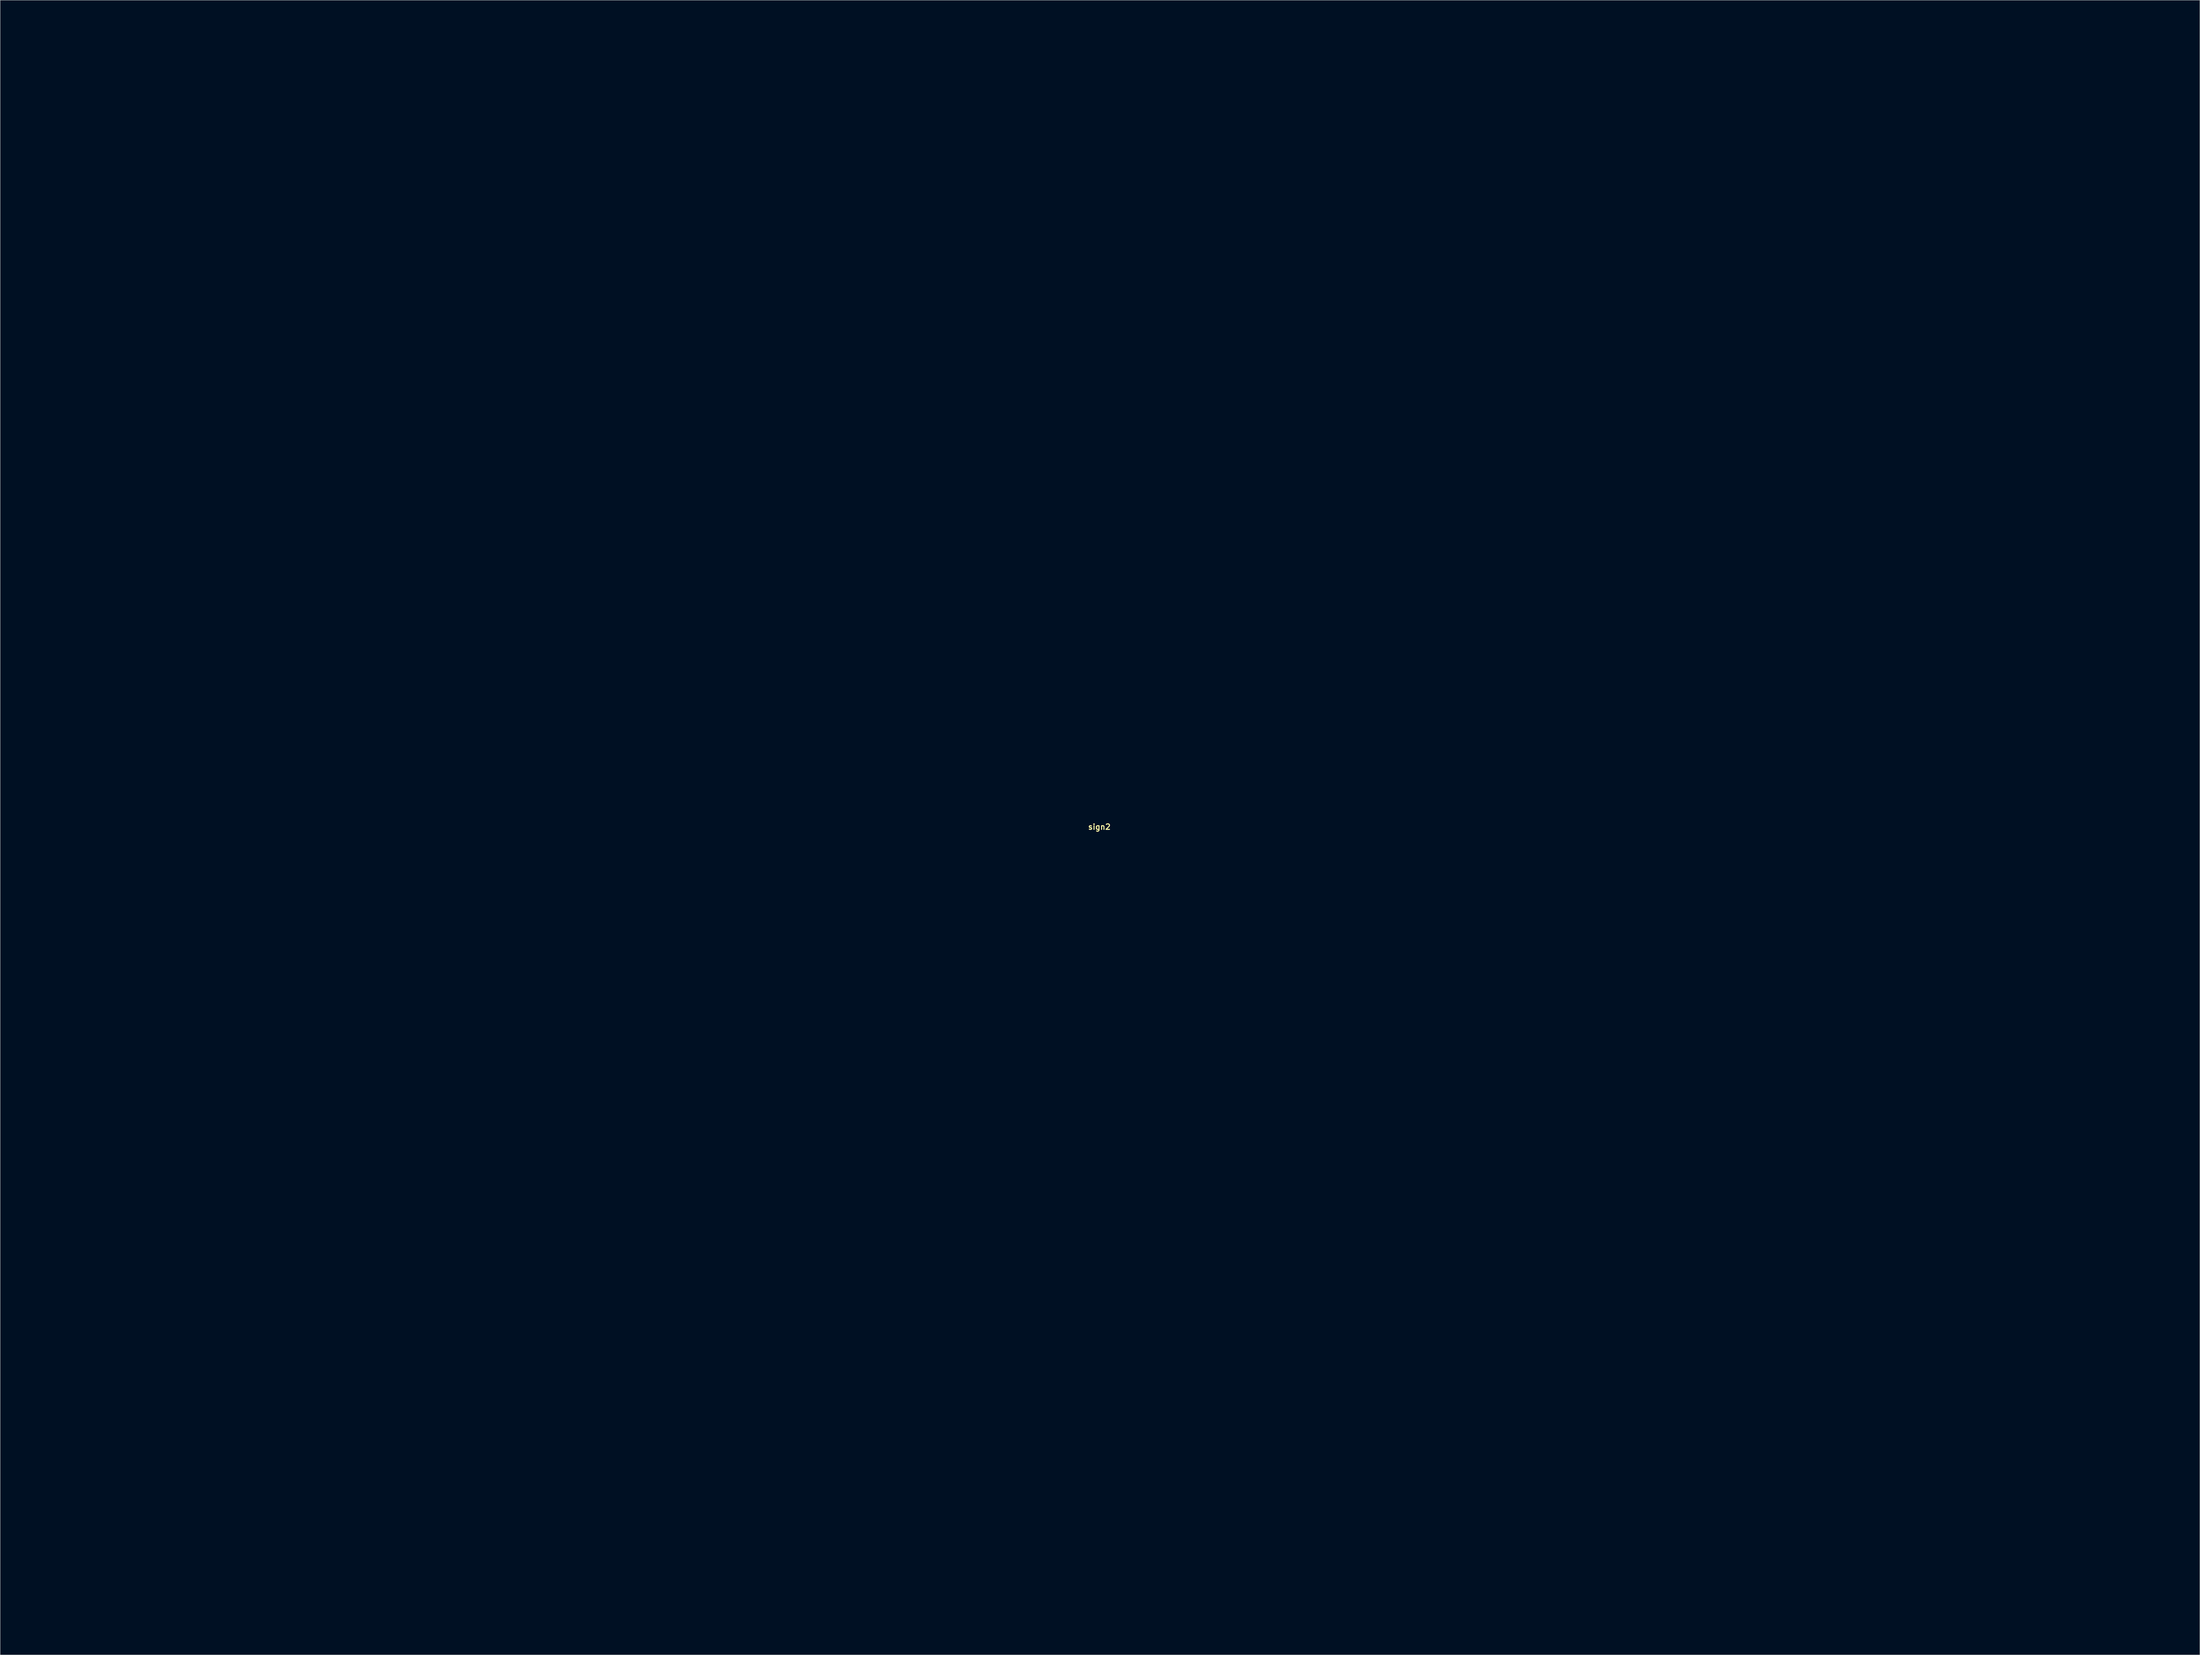
<source format=kicad_pcb>
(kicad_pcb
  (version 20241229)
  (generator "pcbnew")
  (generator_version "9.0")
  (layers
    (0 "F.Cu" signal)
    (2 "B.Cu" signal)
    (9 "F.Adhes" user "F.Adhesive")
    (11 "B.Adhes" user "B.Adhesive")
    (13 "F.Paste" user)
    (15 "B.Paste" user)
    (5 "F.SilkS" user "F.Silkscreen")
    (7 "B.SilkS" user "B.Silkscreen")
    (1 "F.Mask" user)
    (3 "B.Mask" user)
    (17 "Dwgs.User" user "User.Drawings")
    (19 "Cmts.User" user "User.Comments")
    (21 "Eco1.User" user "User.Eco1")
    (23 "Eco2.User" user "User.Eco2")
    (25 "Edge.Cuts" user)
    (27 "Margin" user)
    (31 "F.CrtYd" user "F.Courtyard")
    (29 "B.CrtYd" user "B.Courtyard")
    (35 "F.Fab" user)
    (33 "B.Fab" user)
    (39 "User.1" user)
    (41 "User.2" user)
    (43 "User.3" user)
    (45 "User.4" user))
  (footprint "sign2"
    (layer "F.Cu")
    (at 301.983 226.488)
    (property "Reference" "sign2" (at 0 0 0) (layer "F.SilkS") (effects (font (size 1.524 1.524) (thickness 0.3))))
    (attr through_hole)
    (fp_poly (pts (xy 72.555 -21.755) (xy 72.597 -21.336) (xy 72.555 -21.284) (xy 72.345 -21.333) (xy 72.319 -21.519) (xy 72.449 -21.81) (xy 72.555 -21.755)) (stroke (width 0.01) (type solid)) (fill yes) (layer "F.Mask"))
    (fp_poly (pts (xy 180.857 128.881) (xy 180.9 129.3) (xy 180.857 129.352) (xy 180.648 129.303) (xy 180.622 129.117) (xy 180.751 128.826) (xy 180.857 128.881)) (stroke (width 0.01) (type solid)) (fill yes) (layer "F.Mask"))
    (fp_poly (pts (xy -71.868 2.501) (xy -69.922 2.564) (xy -68.536 2.693) (xy -68.022 2.8) (xy -67.101 3.17) (xy -65.77 3.82) (xy -64.212 4.649) (xy -62.61 5.556) (xy -61.146 6.438) (xy -60.004 7.193) (xy -59.703 7.419) (xy -58.892 7.914) (xy -58.215 8.114) (xy -57.549 8.362) (xy -56.94 8.869) (xy -56.049 9.594) (xy -54.819 10.277) (xy -53.556 10.77) (xy -52.688 10.928) (xy -51.964 11.149) (xy -50.837 11.746) (xy -49.437 12.637) (xy -47.898 13.74) (xy -46.828 14.578) (xy -46.019 15.189) (xy -44.802 16.053) (xy -43.362 17.04) (xy -42.293 17.753) (xy -40.156 19.284) (xy -38.488 20.743) (xy -37.64 21.696) (xy -36.683 23.054) (xy -35.806 24.477) (xy -35.104 25.793) (xy -34.668 26.834) (xy -34.572 27.303) (xy -34.417 27.851) (xy -34.006 28.821) (xy -33.425 30.017) (xy -33.337 30.187) (xy -32.737 31.417) (xy -32.298 32.469) (xy -32.105 33.134) (xy -32.103 33.179) (xy -32.345 33.749) (xy -32.97 34.572) (xy -33.602 35.233) (xy -34.501 36.153) (xy -35.647 37.416) (xy -36.853 38.81) (xy -37.394 39.461) (xy -38.869 41.181) (xy -40.117 42.418) (xy -41.287 43.282) (xy -42.532 43.885) (xy -43.995 44.337) (xy -44.972 44.623) (xy -46.056 45.023) (xy -47.345 45.581) (xy -48.935 46.343) (xy -50.926 47.354) (xy -53.415 48.66) (xy -53.936 48.936) (xy -56.851 50.224) (xy -59.142 50.808) (xy -60.445 51.075) (xy -61.518 51.4) (xy -62.111 51.702) (xy -62.814 52.123) (xy -63.216 52.211) (xy -63.774 52.317) (xy -64.82 52.601) (xy -66.178 53.013) (xy -66.971 53.269) (xy -68.495 53.736) (xy -69.881 54.098) (xy -70.915 54.302) (xy -71.224 54.328) (xy -72.06 54.408) (xy -73.43 54.63) (xy -75.183 54.963) (xy -77.167 55.378) (xy -79.232 55.845) (xy -80.433 56.135) (xy -81.611 56.374) (xy -83.151 56.616) (xy -84.667 56.805) (xy -87.583 57.115) (xy -89.877 57.374) (xy -91.63 57.599) (xy -92.923 57.804) (xy -93.836 58.005) (xy -94.449 58.217) (xy -94.845 58.455) (xy -95.103 58.735) (xy -95.141 58.79) (xy -95.442 59.175) (xy -95.837 59.419) (xy -96.479 59.553) (xy -97.522 59.611) (xy -99.083 59.625) (xy -101.064 59.692) (xy -102.738 59.871) (xy -103.893 60.138) (xy -105.24 60.44) (xy -107.026 60.592) (xy -109.002 60.588) (xy -110.917 60.425) (xy -111.831 60.271) (xy -112.737 60.159) (xy -114.183 60.069) (xy -116.001 60.008) (xy -118.025 59.982) (xy -119.062 59.985) (xy -125.618 60.005) (xy -131.511 59.959) (xy -136.78 59.843) (xy -141.467 59.656) (xy -145.611 59.395) (xy -149.252 59.058) (xy -152.429 58.641) (xy -155.183 58.142) (xy -157.553 57.559) (xy -157.765 57.497) (xy -159.59 57.016) (xy -161.516 56.595) (xy -163.223 56.304) (xy -163.763 56.24) (xy -165.271 56.045) (xy -166.705 55.777) (xy -167.702 55.512) (xy -168.928 55.192) (xy -170.134 55.036) (xy -170.272 55.033) (xy -171.356 54.885) (xy -172.256 54.533) (xy -172.928 54.249) (xy -174.101 53.89) (xy -175.584 53.512) (xy -176.565 53.294) (xy -179.123 52.731) (xy -181.157 52.211) (xy -182.842 51.684) (xy -184.355 51.098) (xy -184.856 50.879) (xy -186.158 50.353) (xy -187.49 49.902) (xy -187.854 49.8) (xy -190.753 48.986) (xy -193.66 48.061) (xy -196.394 47.09) (xy -198.773 46.135) (xy -200.385 45.383) (xy -201.835 44.672) (xy -203.179 44.073) (xy -204.209 43.677) (xy -204.521 43.588) (xy -205.474 43.155) (xy -206.416 42.388) (xy -207.139 41.494) (xy -207.433 40.684) (xy -207.433 40.672) (xy -207.132 39.973) (xy -206.307 39.08) (xy -205.075 38.092) (xy -203.557 37.105) (xy -202.362 36.457) (xy -200.847 35.64) (xy -199.304 34.712) (xy -198.085 33.886) (xy -196.674 32.871) (xy -195.628 32.233) (xy -194.773 31.889) (xy -193.937 31.76) (xy -193.543 31.75) (xy -192.66 31.664) (xy -192.13 31.455) (xy -192.102 31.42) (xy -191.692 31.106) (xy -190.836 30.629) (xy -189.946 30.197) (xy -188.688 29.577) (xy -187.535 28.936) (xy -186.977 28.579) (xy -186.051 28.107) (xy -184.77 27.676) (xy -183.908 27.476) (xy -182.742 27.226) (xy -181.851 26.971) (xy -181.504 26.813) (xy -181.015 26.581) (xy -180.039 26.227) (xy -178.77 25.82) (xy -178.506 25.74) (xy -176.962 25.234) (xy -175.446 24.659) (xy -174.283 24.139) (xy -174.272 24.134) (xy -170.891 22.465) (xy -168.03 21.221) (xy -165.703 20.407) (xy -164.396 20.094) (xy -163.077 19.795) (xy -161.362 19.312) (xy -159.513 18.721) (xy -158.355 18.313) (xy -156.83 17.762) (xy -155.545 17.315) (xy -154.646 17.023) (xy -154.291 16.933) (xy -153.81 16.779) (xy -152.974 16.39) (xy -152.603 16.197) (xy -151.504 15.727) (xy -150.063 15.262) (xy -148.905 14.973) (xy -147.439 14.599) (xy -146.028 14.131) (xy -145.182 13.769) (xy -144.015 13.311) (xy -142.858 13.066) (xy -142.61 13.053) (xy -141.558 12.886) (xy -140.338 12.47) (xy -139.951 12.287) (xy -138.782 11.791) (xy -137.084 11.241) (xy -134.825 10.628) (xy -131.971 9.944) (xy -128.491 9.182) (xy -124.352 8.333) (xy -123.296 8.123) (xy -121.611 7.781) (xy -120.082 7.455) (xy -118.903 7.186) (xy -118.357 7.046) (xy -117.625 6.882) (xy -116.357 6.649) (xy -114.715 6.375) (xy -112.862 6.088) (xy -112.36 6.014) (xy -110.24 5.697) (xy -108.058 5.357) (xy -106.062 5.034) (xy -104.501 4.767) (xy -104.422 4.753) (xy -102.269 4.414) (xy -99.685 4.087) (xy -96.759 3.778) (xy -93.582 3.49) (xy -90.243 3.229) (xy -86.833 3.001) (xy -83.442 2.808) (xy -80.16 2.657) (xy -77.077 2.553) (xy -74.283 2.499) (xy -71.868 2.501)) (stroke (width 0.01) (type solid)) (fill yes) (layer "F.Mask"))
    (fp_poly (pts (xy -27.803 6.475) (xy -26.645 6.641) (xy -25.607 6.882) (xy -24.895 7.174) (xy -23.883 7.664) (xy -22.272 8.241) (xy -20.158 8.871) (xy -18.389 9.339) (xy -16.783 9.822) (xy -15.026 10.467) (xy -13.953 10.927) (xy -12.664 11.496) (xy -11.477 11.96) (xy -10.734 12.197) (xy -9.874 12.453) (xy -9.349 12.687) (xy -8.816 12.925) (xy -7.881 13.243) (xy -7.415 13.382) (xy -6.258 13.801) (xy -5.27 14.302) (xy -5.037 14.462) (xy -4.279 14.884) (xy -3.107 15.35) (xy -1.983 15.7) (xy -0.665 16.136) (xy 0.486 16.654) (xy 1.119 17.063) (xy 3.588 19.06) (xy 6.151 20.782) (xy 6.526 21.003) (xy 7.658 21.777) (xy 9.107 22.944) (xy 10.729 24.367) (xy 12.375 25.91) (xy 13.898 27.437) (xy 15.152 28.809) (xy 15.788 29.604) (xy 16.496 30.672) (xy 17.35 32.108) (xy 18.192 33.642) (xy 18.387 34.019) (xy 19.121 35.438) (xy 19.814 36.741) (xy 20.347 37.708) (xy 20.473 37.924) (xy 21.009 38.934) (xy 21.575 40.169) (xy 21.73 40.543) (xy 22.278 41.752) (xy 23.009 43.158) (xy 23.476 43.973) (xy 23.953 44.839) (xy 24.326 45.735) (xy 24.612 46.768) (xy 24.828 48.046) (xy 24.992 49.676) (xy 25.119 51.766) (xy 25.227 54.422) (xy 25.258 55.324) (xy 25.335 57.425) (xy 25.428 59.518) (xy 25.526 61.386) (xy 25.618 62.811) (xy 25.635 63.028) (xy 25.707 64.511) (xy 25.69 65.91) (xy 25.598 66.86) (xy 25.088 68.118) (xy 24.092 69.499) (xy 22.767 70.836) (xy 21.27 71.964) (xy 20.218 72.535) (xy 19.094 73.17) (xy 17.732 74.134) (xy 16.379 75.248) (xy 16.038 75.56) (xy 14.823 76.666) (xy 13.643 77.682) (xy 12.697 78.435) (xy 12.47 78.598) (xy 11.665 79.243) (xy 10.587 80.235) (xy 9.43 81.394) (xy 9.066 81.78) (xy 7.292 83.677) (xy 5.916 85.114) (xy 4.866 86.155) (xy 4.071 86.866) (xy 3.457 87.314) (xy 2.955 87.563) (xy 2.634 87.653) (xy -0.155 88.296) (xy -2.566 88.985) (xy -4.484 89.686) (xy -5.623 90.253) (xy -6.822 90.933) (xy -8.007 91.53) (xy -8.448 91.725) (xy -11.452 93.199) (xy -14.181 95.03) (xy -15.274 95.951) (xy -16.469 96.955) (xy -17.501 97.563) (xy -18.655 97.928) (xy -19.139 98.026) (xy -20.853 98.459) (xy -22.601 99.163) (xy -24.566 100.22) (xy -25.929 101.059) (xy -27.191 101.739) (xy -28.788 102.433) (xy -30.339 102.979) (xy -31.735 103.435) (xy -32.963 103.902) (xy -33.782 104.287) (xy -33.842 104.324) (xy -34.433 104.658) (xy -35.535 105.239) (xy -37.025 106.005) (xy -38.782 106.893) (xy -40.307 107.653) (xy -42.586 108.76) (xy -44.382 109.573) (xy -45.828 110.144) (xy -47.056 110.525) (xy -48.199 110.767) (xy -48.445 110.805) (xy -50.04 111.076) (xy -51.654 111.407) (xy -52.771 111.681) (xy -53.879 111.968) (xy -54.743 112.15) (xy -55.032 112.183) (xy -55.536 112.387) (xy -56.393 112.918) (xy -57.316 113.587) (xy -58.613 114.474) (xy -60.024 115.272) (xy -60.877 115.659) (xy -62.152 116.15) (xy -63.712 116.753) (xy -64.984 117.245) (xy -66.64 117.8) (xy -68.484 118.288) (xy -69.746 118.541) (xy -71.359 118.827) (xy -73.038 119.173) (xy -74.083 119.419) (xy -75.331 119.7) (xy -76.989 120.021) (xy -78.767 120.326) (xy -79.417 120.427) (xy -81.587 120.849) (xy -83.702 121.426) (xy -85.238 121.987) (xy -86.714 122.557) (xy -88.209 123.024) (xy -89.348 123.278) (xy -90.685 123.575) (xy -92.185 124.059) (xy -92.876 124.338) (xy -94.445 124.869) (xy -96.33 125.26) (xy -97.341 125.382) (xy -99.521 125.721) (xy -101.512 126.308) (xy -101.927 126.479) (xy -103.918 127.139) (xy -106.394 127.593) (xy -107.068 127.669) (xy -108.964 127.906) (xy -111.137 128.249) (xy -113.182 128.634) (xy -113.594 128.723) (xy -115.316 129.056) (xy -117.034 129.314) (xy -118.464 129.455) (xy -118.886 129.47) (xy -120.376 129.568) (xy -122.054 129.808) (xy -122.943 129.992) (xy -124.36 130.278) (xy -125.746 130.471) (xy -126.471 130.518) (xy -127.553 130.576) (xy -129.141 130.722) (xy -131.099 130.937) (xy -133.289 131.204) (xy -135.575 131.502) (xy -137.82 131.815) (xy -139.887 132.124) (xy -141.638 132.41) (xy -142.938 132.655) (xy -143.572 132.813) (xy -143.941 132.923) (xy -144.378 133.022) (xy -144.933 133.115) (xy -145.66 133.203) (xy -146.61 133.29) (xy -147.834 133.379) (xy -149.384 133.474) (xy -151.313 133.576) (xy -153.671 133.69) (xy -156.511 133.818) (xy -159.884 133.963) (xy -163.842 134.129) (xy -168.437 134.318) (xy -170.039 134.384) (xy -174.326 134.557) (xy -177.957 134.7) (xy -180.979 134.814) (xy -183.442 134.899) (xy -185.394 134.957) (xy -186.884 134.99) (xy -187.959 134.999) (xy -188.668 134.985) (xy -189.06 134.95) (xy -189.175 134.91) (xy -189.566 134.853) (xy -190.567 134.792) (xy -192.083 134.73) (xy -194.018 134.672) (xy -196.276 134.62) (xy -198.49 134.582) (xy -201.166 134.53) (xy -203.797 134.458) (xy -206.242 134.37) (xy -208.36 134.272) (xy -210.009 134.169) (xy -210.785 134.1) (xy -212.617 133.902) (xy -214.783 133.672) (xy -216.912 133.448) (xy -217.661 133.37) (xy -219.489 133.152) (xy -221.32 132.886) (xy -222.874 132.614) (xy -223.482 132.484) (xy -224.694 132.249) (xy -226.377 131.995) (xy -228.297 131.755) (xy -230.011 131.578) (xy -233.164 131.222) (xy -236.121 130.759) (xy -238.793 130.21) (xy -241.091 129.599) (xy -242.923 128.949) (xy -244.202 128.283) (xy -244.716 127.824) (xy -245.197 127.462) (xy -245.449 127.477) (xy -246.012 127.525) (xy -247.022 127.374) (xy -248.268 127.078) (xy -249.538 126.695) (xy -250.621 126.28) (xy -251.231 125.948) (xy -252.238 125.373) (xy -253.171 125.03) (xy -254.209 124.671) (xy -255.235 124.164) (xy -256.176 123.711) (xy -257.458 123.224) (xy -258.322 122.949) (xy -259.397 122.591) (xy -260.132 122.256) (xy -260.35 122.054) (xy -260.615 121.734) (xy -261.3 121.146) (xy -262.235 120.416) (xy -263.253 119.668) (xy -264.187 119.027) (xy -264.868 118.617) (xy -265.094 118.533) (xy -265.717 118.287) (xy -266.684 117.617) (xy -267.872 116.63) (xy -269.156 115.429) (xy -270.413 114.119) (xy -270.733 113.759) (xy -271.984 112.24) (xy -272.738 111.107) (xy -273.04 110.294) (xy -273.05 110.151) (xy -273.232 109.37) (xy -273.709 108.256) (xy -274.347 107.097) (xy -275.644 104.996) (xy -275.194 102.152) (xy -274.935 100.523) (xy -274.675 98.904) (xy -274.468 97.623) (xy -274.455 97.543) (xy -274.219 96.587) (xy -273.767 95.141) (xy -273.156 93.364) (xy -272.445 91.414) (xy -271.694 89.451) (xy -270.96 87.634) (xy -270.304 86.122) (xy -269.978 85.439) (xy -269.454 84.628) (xy -268.596 83.528) (xy -267.568 82.348) (xy -267.325 82.088) (xy -266.2 80.808) (xy -265.134 79.445) (xy -264.337 78.27) (xy -264.261 78.14) (xy -262.597 75.529) (xy -260.838 73.351) (xy -259.08 71.724) (xy -258.65 71.415) (xy -257.593 70.607) (xy -256.288 69.473) (xy -254.958 68.209) (xy -254.471 67.714) (xy -253.228 66.497) (xy -251.952 65.375) (xy -250.849 64.524) (xy -250.472 64.282) (xy -249.455 63.6) (xy -248.17 62.613) (xy -246.857 61.505) (xy -246.545 61.225) (xy -245.173 60.054) (xy -243.675 58.899) (xy -242.338 57.981) (xy -242.135 57.857) (xy -240.74 56.934) (xy -239.315 55.847) (xy -238.48 55.12) (xy -237.52 54.28) (xy -236.657 53.649) (xy -236.187 53.405) (xy -235.542 53.048) (xy -234.651 52.36) (xy -234.06 51.826) (xy -232.506 50.661) (xy -230.475 49.62) (xy -228.193 48.804) (xy -226.092 48.34) (xy -223.596 48.278) (xy -220.987 48.749) (xy -218.523 49.686) (xy -216.876 50.693) (xy -216 51.248) (xy -214.696 51.946) (xy -213.117 52.72) (xy -211.411 53.503) (xy -209.73 54.229) (xy -208.224 54.829) (xy -207.045 55.237) (xy -206.346 55.386) (xy -205.838 55.551) (xy -204.938 55.98) (xy -204.04 56.469) (xy -202.585 57.164) (xy -200.516 57.951) (xy -197.914 58.802) (xy -194.86 59.688) (xy -193.146 60.148) (xy -190.727 60.875) (xy -188.295 61.821) (xy -186.619 62.578) (xy -185.364 63.082) (xy -184.176 63.416) (xy -183.55 63.497) (xy -182.694 63.612) (xy -181.307 63.93) (xy -179.522 64.414) (xy -177.471 65.026) (xy -175.287 65.73) (xy -173.919 66.197) (xy -172.835 66.522) (xy -171.374 66.862) (xy -169.452 67.233) (xy -166.988 67.651) (xy -164.218 68.083) (xy -162.593 68.405) (xy -160.911 68.855) (xy -159.808 69.234) (xy -159.078 69.505) (xy -158.365 69.703) (xy -157.546 69.838) (xy -156.498 69.919) (xy -155.099 69.956) (xy -153.226 69.961) (xy -151.081 69.945) (xy -144.293 69.88) (xy -140.674 71.06) (xy -139.508 71.435) (xy -138.521 71.723) (xy -137.593 71.938) (xy -136.601 72.095) (xy -135.425 72.207) (xy -133.941 72.29) (xy -132.03 72.355) (xy -129.568 72.419) (xy -128.764 72.438) (xy -124.876 72.499) (xy -121.49 72.479) (xy -118.405 72.372) (xy -115.42 72.174) (xy -114.476 72.092) (xy -112.355 71.92) (xy -110.35 71.794) (xy -108.623 71.723) (xy -107.333 71.712) (xy -106.804 71.741) (xy -105.022 71.73) (xy -103.453 71.425) (xy -102.1 71.157) (xy -100.17 70.983) (xy -97.784 70.913) (xy -97.5 70.912) (xy -95.505 70.888) (xy -94.048 70.805) (xy -92.961 70.645) (xy -92.075 70.387) (xy -91.669 70.221) (xy -90.764 69.868) (xy -89.939 69.71) (xy -88.938 69.725) (xy -87.503 69.895) (xy -87.488 69.897) (xy -86.249 70.055) (xy -85.223 70.13) (xy -84.245 70.105) (xy -83.147 69.962) (xy -81.765 69.686) (xy -79.933 69.259) (xy -79.022 69.039) (xy -77.041 68.594) (xy -74.878 68.168) (xy -72.885 67.827) (xy -72.143 67.72) (xy -68.702 67.224) (xy -65.943 66.733) (xy -63.844 66.241) (xy -62.38 65.744) (xy -61.53 65.236) (xy -61.527 65.233) (xy -61.046 64.858) (xy -60.447 64.597) (xy -59.573 64.417) (xy -58.27 64.282) (xy -56.876 64.187) (xy -54.932 64.033) (xy -53.533 63.829) (xy -52.52 63.544) (xy -51.858 63.225) (xy -50.895 62.722) (xy -49.561 62.107) (xy -48.154 61.518) (xy -46.622 60.865) (xy -45.066 60.123) (xy -43.935 59.518) (xy -42.635 58.9) (xy -41.021 58.33) (xy -39.702 57.989) (xy -36.474 57.016) (xy -33.43 55.486) (xy -30.784 53.51) (xy -30.692 53.425) (xy -29.532 52.376) (xy -28.074 51.09) (xy -26.561 49.781) (xy -25.929 49.244) (xy -23.713 47.315) (xy -21.986 45.658) (xy -20.653 44.156) (xy -19.615 42.688) (xy -18.777 41.136) (xy -18.143 39.645) (xy -17.543 38.014) (xy -17.163 36.687) (xy -16.946 35.378) (xy -16.837 33.801) (xy -16.805 32.766) (xy -16.784 30.329) (xy -16.887 28.417) (xy -17.153 26.855) (xy -17.621 25.467) (xy -18.334 24.077) (xy -19.05 22.93) (xy -19.971 21.383) (xy -20.821 19.703) (xy -21.443 18.208) (xy -21.527 17.954) (xy -22.058 16.533) (xy -22.74 15.348) (xy -23.747 14.125) (xy -24.285 13.558) (xy -25.59 12.173) (xy -26.873 10.738) (xy -28.043 9.361) (xy -29.011 8.153) (xy -29.687 7.222) (xy -29.981 6.676) (xy -29.986 6.634) (xy -29.676 6.45) (xy -28.881 6.404) (xy -27.803 6.475)) (stroke (width 0.01) (type solid)) (fill yes) (layer "F.Mask"))
    (fp_poly (pts (xy -59.118 -170.619) (xy -56.543 -170.459) (xy -53.994 -170.208) (xy -51.63 -169.882) (xy -49.605 -169.492) (xy -48.076 -169.053) (xy -47.702 -168.897) (xy -46.809 -168.534) (xy -45.933 -168.35) (xy -44.835 -168.318) (xy -43.286 -168.414) (xy -41.368 -168.5) (xy -39.847 -168.389) (xy -38.501 -168.082) (xy -37.008 -167.73) (xy -35.318 -167.461) (xy -34.495 -167.382) (xy -33.449 -167.287) (xy -32.434 -167.12) (xy -31.358 -166.844) (xy -30.13 -166.427) (xy -28.659 -165.833) (xy -26.853 -165.026) (xy -24.622 -163.974) (xy -21.874 -162.64) (xy -21.213 -162.315) (xy -19.333 -161.472) (xy -17.864 -161.005) (xy -16.691 -160.867) (xy -15.467 -160.78) (xy -14.417 -160.453) (xy -13.298 -159.783) (xy -12.347 -159.061) (xy -11.379 -158.404) (xy -10.053 -157.65) (xy -8.736 -157) (xy -4.909 -154.976) (xy -1.004 -152.343) (xy -0.353 -151.849) (xy 1.03 -150.94) (xy 2.718 -150.05) (xy 4.205 -149.423) (xy 5.569 -148.896) (xy 6.757 -148.365) (xy 7.536 -147.934) (xy 7.598 -147.888) (xy 8.436 -147.228) (xy 9.515 -146.366) (xy 10.698 -145.413) (xy 11.851 -144.478) (xy 12.836 -143.671) (xy 13.519 -143.104) (xy 13.758 -142.893) (xy 14.644 -142.093) (xy 15.92 -141.168) (xy 17.425 -140.212) (xy 18.996 -139.318) (xy 20.47 -138.579) (xy 21.685 -138.088) (xy 22.408 -137.936) (xy 22.881 -137.697) (xy 23.712 -137.049) (xy 24.774 -136.099) (xy 25.694 -135.202) (xy 27.021 -133.852) (xy 28.617 -132.216) (xy 30.414 -130.363) (xy 32.344 -128.366) (xy 34.34 -126.294) (xy 36.334 -124.217) (xy 38.258 -122.206) (xy 40.046 -120.333) (xy 41.629 -118.666) (xy 42.94 -117.277) (xy 43.911 -116.237) (xy 44.475 -115.615) (xy 44.543 -115.535) (xy 46.345 -113.257) (xy 47.913 -111.105) (xy 49.161 -109.204) (xy 50.005 -107.675) (xy 50.04 -107.601) (xy 50.686 -106.344) (xy 51.569 -104.821) (xy 52.511 -103.334) (xy 52.629 -103.159) (xy 53.402 -101.973) (xy 53.991 -100.981) (xy 54.302 -100.347) (xy 54.328 -100.237) (xy 54.488 -99.703) (xy 54.907 -98.735) (xy 55.496 -97.511) (xy 56.166 -96.209) (xy 56.825 -95.007) (xy 57.385 -94.085) (xy 57.539 -93.863) (xy 57.901 -93.198) (xy 58.421 -92.018) (xy 59.034 -90.48) (xy 59.675 -88.738) (xy 59.799 -88.385) (xy 60.517 -86.446) (xy 61.308 -84.513) (xy 62.077 -82.805) (xy 62.73 -81.541) (xy 62.751 -81.506) (xy 63.486 -80.181) (xy 64.118 -78.905) (xy 64.514 -77.95) (xy 64.519 -77.933) (xy 65.02 -76.777) (xy 65.708 -75.614) (xy 65.802 -75.483) (xy 66.552 -73.924) (xy 66.68 -72.868) (xy 66.777 -71.94) (xy 67.036 -70.543) (xy 67.415 -68.887) (xy 67.764 -67.557) (xy 68.251 -65.692) (xy 68.697 -63.782) (xy 69.041 -62.099) (xy 69.181 -61.251) (xy 69.401 -59.928) (xy 69.648 -58.821) (xy 69.861 -58.188) (xy 70.02 -57.595) (xy 70.211 -56.417) (xy 70.422 -54.772) (xy 70.641 -52.78) (xy 70.857 -50.56) (xy 71.058 -48.229) (xy 71.232 -45.908) (xy 71.367 -43.715) (xy 71.439 -42.157) (xy 71.568 -39.516) (xy 71.767 -36.48) (xy 72.016 -33.311) (xy 72.292 -30.271) (xy 72.575 -27.622) (xy 72.631 -27.164) (xy 72.74 -25.823) (xy 72.739 -24.646) (xy 72.648 -23.989) (xy 72.459 -23.419) (xy 72.379 -23.481) (xy 72.344 -24.165) (xy 72.262 -24.827) (xy 72.066 -24.829) (xy 71.999 -24.735) (xy 71.795 -24.065) (xy 71.603 -22.749) (xy 71.425 -20.847) (xy 71.269 -18.418) (xy 71.138 -15.522) (xy 71.088 -14.051) (xy 71.008 -12.059) (xy 70.895 -10.613) (xy 70.723 -9.549) (xy 70.468 -8.707) (xy 70.174 -8.057) (xy 69.59 -6.438) (xy 69.451 -4.595) (xy 69.451 -4.59) (xy 69.382 -3.249) (xy 69.075 -1.709) (xy 68.489 0.216) (xy 68.267 0.856) (xy 67.743 2.447) (xy 67.328 3.917) (xy 67.078 5.06) (xy 67.028 5.53) (xy 66.935 6.321) (xy 66.708 6.698) (xy 66.675 6.703) (xy 66.378 6.995) (xy 66.322 7.338) (xy 66.158 8.065) (xy 66.004 8.308) (xy 65.76 8.804) (xy 65.435 9.773) (xy 65.116 10.936) (xy 64.363 13.549) (xy 63.495 15.848) (xy 62.575 17.673) (xy 62.165 18.293) (xy 61.508 19.414) (xy 61.04 20.613) (xy 61.002 20.766) (xy 60.275 23.061) (xy 59.163 24.959) (xy 58.219 26.053) (xy 57.434 26.987) (xy 57.053 27.707) (xy 57.099 28.118) (xy 57.598 28.122) (xy 57.715 28.081) (xy 58.158 28.066) (xy 58.148 28.497) (xy 57.713 29.304) (xy 56.882 30.417) (xy 56.614 30.738) (xy 55.702 31.951) (xy 54.687 33.521) (xy 53.754 35.162) (xy 53.528 35.603) (xy 52.667 37.189) (xy 51.692 38.767) (xy 50.776 40.062) (xy 50.536 40.358) (xy 49.767 41.3) (xy 49.226 42.043) (xy 49.036 42.409) (xy 48.811 42.784) (xy 48.208 43.533) (xy 47.339 44.523) (xy 46.915 44.984) (xy 45.661 46.431) (xy 44.353 48.096) (xy 43.26 49.636) (xy 43.194 49.738) (xy 42.434 50.868) (xy 41.805 51.724) (xy 41.409 52.167) (xy 41.346 52.199) (xy 40.925 51.986) (xy 40.264 51.492) (xy 39.655 50.735) (xy 39.636 50.009) (xy 39.631 49.161) (xy 39.356 47.815) (xy 38.853 46.105) (xy 38.167 44.167) (xy 37.34 42.134) (xy 36.539 40.393) (xy 35.842 38.889) (xy 35.253 37.479) (xy 34.857 36.376) (xy 34.754 35.983) (xy 34.45 34.86) (xy 33.984 33.585) (xy 33.84 33.253) (xy 33.434 32.296) (xy 33.191 31.603) (xy 33.161 31.444) (xy 32.92 30.98) (xy 32.641 30.699) (xy 32.225 30.073) (xy 31.908 29.124) (xy 31.889 29.027) (xy 31.499 27.962) (xy 30.817 26.851) (xy 30.608 26.593) (xy 29.806 25.55) (xy 28.969 24.267) (xy 28.626 23.67) (xy 27.105 21.14) (xy 25.346 18.692) (xy 23.472 16.472) (xy 21.605 14.624) (xy 19.914 13.325) (xy 18.91 12.596) (xy 17.707 11.596) (xy 16.752 10.718) (xy 14.494 8.583) (xy 12.603 6.943) (xy 11.01 5.741) (xy 9.641 4.919) (xy 9.319 4.764) (xy 8.21 4.196) (xy 6.761 3.373) (xy 5.215 2.435) (xy 4.557 2.015) (xy 3.193 1.16) (xy 1.959 0.44) (xy 1.032 -0.046) (xy 0.706 -0.179) (xy -0.139 -0.501) (xy -1.256 -1.006) (xy -1.764 -1.256) (xy -3.713 -2.19) (xy -5.565 -2.97) (xy -7.171 -3.541) (xy -8.381 -3.845) (xy -8.761 -3.881) (xy -9.782 -4.102) (xy -10.685 -4.59) (xy -11.588 -5.089) (xy -12.8 -5.51) (xy -13.29 -5.623) (xy -14.504 -5.888) (xy -15.567 -6.177) (xy -15.875 -6.281) (xy -16.731 -6.519) (xy -17.947 -6.762) (xy -18.697 -6.877) (xy -20.091 -7.16) (xy -21.434 -7.582) (xy -21.963 -7.812) (xy -22.935 -8.185) (xy -24.345 -8.582) (xy -25.93 -8.931) (xy -26.373 -9.012) (xy -27.911 -9.296) (xy -29.303 -9.592) (xy -30.311 -9.846) (xy -30.515 -9.911) (xy -31.962 -10.315) (xy -33.982 -10.708) (xy -36.595 -11.093) (xy -39.82 -11.471) (xy -43.677 -11.845) (xy -48.184 -12.217) (xy -53.362 -12.589) (xy -58.032 -12.89) (xy -60.89 -13.069) (xy -63.136 -13.221) (xy -64.862 -13.358) (xy -66.16 -13.492) (xy -67.122 -13.636) (xy -67.841 -13.802) (xy -68.408 -14.001) (xy -68.916 -14.247) (xy -69.144 -14.374) (xy -71.545 -15.704) (xy -73.469 -16.712) (xy -75.033 -17.454) (xy -76.357 -17.989) (xy -76.869 -18.166) (xy -78.207 -18.685) (xy -79.483 -19.309) (xy -80.005 -19.625) (xy -80.837 -20.145) (xy -81.43 -20.438) (xy -81.535 -20.461) (xy -81.961 -20.634) (xy -82.811 -21.089) (xy -83.913 -21.735) (xy -84.076 -21.834) (xy -85.283 -22.543) (xy -86.905 -23.454) (xy -88.729 -24.45) (xy -90.52 -25.401) (xy -92.398 -26.382) (xy -94.353 -27.403) (xy -96.145 -28.339) (xy -97.465 -29.029) (xy -98.916 -29.84) (xy -100.296 -30.699) (xy -101.352 -31.448) (xy -101.522 -31.586) (xy -102.315 -32.206) (xy -103.543 -33.094) (xy -105.047 -34.14) (xy -106.667 -35.23) (xy -106.892 -35.378) (xy -109.129 -36.955) (xy -111.397 -38.733) (xy -113.415 -40.489) (xy -113.998 -41.045) (xy -115.301 -42.343) (xy -116.182 -43.293) (xy -116.735 -44.029) (xy -117.053 -44.685) (xy -117.229 -45.397) (xy -117.291 -45.805) (xy -117.368 -47.238) (xy -117.097 -48.478) (xy -116.844 -49.096) (xy -115.955 -50.551) (xy -114.592 -52.15) (xy -112.918 -53.726) (xy -111.092 -55.114) (xy -110.884 -55.251) (xy -109.881 -55.934) (xy -109.129 -56.507) (xy -108.833 -56.796) (xy -108.353 -57.29) (xy -107.428 -58.038) (xy -106.218 -58.928) (xy -104.883 -59.851) (xy -103.581 -60.696) (xy -102.472 -61.351) (xy -101.79 -61.681) (xy -100.769 -62.116) (xy -99.977 -62.541) (xy -99.836 -62.641) (xy -99.245 -62.972) (xy -98.213 -63.428) (xy -97.014 -63.89) (xy -95.134 -64.631) (xy -93.187 -65.539) (xy -90.975 -66.711) (xy -89.526 -67.531) (xy -87.83 -68.265) (xy -85.819 -68.765) (xy -85.469 -68.818) (xy -83.152 -69.356) (xy -80.785 -70.289) (xy -80.61 -70.375) (xy -78.581 -71.22) (xy -76.055 -71.966) (xy -73.604 -72.516) (xy -71.507 -72.974) (xy -69.293 -73.521) (xy -67.245 -74.081) (xy -65.846 -74.516) (xy -62.624 -75.604) (xy -52.508 -75.377) (xy -48.888 -75.284) (xy -45.873 -75.177) (xy -43.364 -75.045) (xy -41.262 -74.878) (xy -39.468 -74.665) (xy -37.88 -74.395) (xy -36.4 -74.059) (xy -34.929 -73.646) (xy -34.396 -73.481) (xy -32.235 -72.727) (xy -30.459 -71.907) (xy -28.866 -70.896) (xy -27.254 -69.566) (xy -25.488 -67.857) (xy -24.226 -66.556) (xy -23.389 -65.616) (xy -22.892 -64.912) (xy -22.651 -64.321) (xy -22.58 -63.716) (xy -22.579 -63.586) (xy -22.911 -61.882) (xy -23.856 -60.455) (xy -25.342 -59.409) (xy -25.476 -59.347) (xy -26.987 -58.587) (xy -28.571 -57.64) (xy -30.064 -56.619) (xy -31.302 -55.64) (xy -32.121 -54.817) (xy -32.264 -54.611) (xy -32.979 -53.21) (xy -33.219 -52.073) (xy -32.991 -50.951) (xy -32.42 -49.793) (xy -31.856 -48.857) (xy -31.323 -48.187) (xy -30.663 -47.672) (xy -29.716 -47.2) (xy -28.324 -46.659) (xy -27.59 -46.393) (xy -26.121 -45.883) (xy -25.049 -45.615) (xy -24.114 -45.58) (xy -23.053 -45.77) (xy -21.605 -46.175) (xy -21.544 -46.193) (xy -20.068 -46.62) (xy -18.606 -47.03) (xy -17.683 -47.279) (xy -16.151 -47.957) (xy -14.549 -49.168) (xy -14.45 -49.26) (xy -13.278 -50.484) (xy -12.059 -51.968) (xy -10.905 -53.555) (xy -9.925 -55.083) (xy -9.229 -56.395) (xy -8.945 -57.213) (xy -8.57 -58.294) (xy -8.016 -59.167) (xy -7.49 -60.196) (xy -7.254 -61.661) (xy -7.304 -63.357) (xy -7.636 -65.078) (xy -8.18 -66.499) (xy -8.795 -67.821) (xy -9.453 -69.412) (xy -9.879 -70.556) (xy -11.335 -73.71) (xy -13.454 -76.714) (xy -16.245 -79.579) (xy -19.72 -82.318) (xy -20.772 -83.035) (xy -22.098 -83.903) (xy -23.176 -84.564) (xy -24.158 -85.078) (xy -25.192 -85.507) (xy -26.429 -85.91) (xy -28.02 -86.349) (xy -30.114 -86.883) (xy -30.63 -87.013) (xy -32.963 -87.586) (xy -34.869 -88.013) (xy -36.555 -88.324) (xy -38.232 -88.551) (xy -40.107 -88.724) (xy -42.388 -88.875) (xy -43.548 -88.941) (xy -46.509 -89.105) (xy -48.859 -89.229) (xy -50.692 -89.307) (xy -52.102 -89.332) (xy -53.182 -89.299) (xy -54.027 -89.202) (xy -54.73 -89.034) (xy -55.386 -88.79) (xy -56.088 -88.464) (xy -56.834 -88.097) (xy -58.534 -87.339) (xy -59.895 -86.924) (xy -61.151 -86.785) (xy -61.309 -86.783) (xy -62.989 -86.668) (xy -64.999 -86.362) (xy -67.034 -85.925) (xy -68.792 -85.417) (xy -69.36 -85.202) (xy -70.229 -84.954) (xy -71.599 -84.693) (xy -73.271 -84.452) (xy -74.741 -84.292) (xy -78.102 -83.906) (xy -80.868 -83.408) (xy -83.142 -82.767) (xy -85.029 -81.951) (xy -86.633 -80.932) (xy -86.874 -80.745) (xy -88.644 -79.76) (xy -90.053 -79.388) (xy -91.444 -79.098) (xy -93.063 -78.67) (xy -94.096 -78.349) (xy -95.287 -77.968) (xy -96.237 -77.701) (xy -96.706 -77.611) (xy -97.384 -77.443) (xy -98.514 -76.99) (xy -99.942 -76.331) (xy -101.516 -75.541) (xy -103.082 -74.699) (xy -104.485 -73.881) (xy -105.573 -73.165) (xy -105.657 -73.104) (xy -106.825 -72.268) (xy -107.89 -71.567) (xy -108.631 -71.146) (xy -108.656 -71.135) (xy -109.404 -70.745) (xy -110.497 -70.11) (xy -111.621 -69.415) (xy -112.721 -68.75) (xy -113.622 -68.274) (xy -114.133 -68.086) (xy -114.139 -68.086) (xy -114.76 -67.866) (xy -115.763 -67.272) (xy -117.01 -66.405) (xy -118.36 -65.364) (xy -119.673 -64.25) (xy -120.297 -63.673) (xy -121.491 -62.601) (xy -122.734 -61.596) (xy -123.728 -60.895) (xy -124.565 -60.233) (xy -125.66 -59.164) (xy -126.854 -57.851) (xy -127.724 -56.798) (xy -128.737 -55.541) (xy -129.601 -54.519) (xy -130.22 -53.843) (xy -130.49 -53.622) (xy -130.894 -53.307) (xy -131.384 -52.472) (xy -131.887 -51.287) (xy -132.33 -49.921) (xy -132.617 -48.683) (xy -132.802 -47.498) (xy -132.844 -46.548) (xy -132.719 -45.58) (xy -132.404 -44.341) (xy -132.131 -43.418) (xy -131.719 -41.949) (xy -131.407 -40.632) (xy -131.245 -39.691) (xy -131.233 -39.498) (xy -130.97 -38.455) (xy -130.219 -37.068) (xy -129.041 -35.439) (xy -128.454 -34.732) (xy -127.72 -33.816) (xy -126.845 -32.637) (xy -126.334 -31.91) (xy -125.324 -30.67) (xy -123.844 -29.164) (xy -122.026 -27.502) (xy -119.996 -25.79) (xy -117.884 -24.138) (xy -115.821 -22.654) (xy -113.933 -21.447) (xy -113.771 -21.353) (xy -112.47 -20.559) (xy -110.808 -19.482) (xy -108.99 -18.262) (xy -107.22 -17.036) (xy -105.704 -15.944) (xy -105.128 -15.509) (xy -104.246 -14.945) (xy -102.932 -14.243) (xy -101.41 -13.52) (xy -100.718 -13.219) (xy -98.335 -12.161) (xy -96.606 -11.266) (xy -95.505 -10.515) (xy -95.004 -9.892) (xy -94.974 -9.595) (xy -95.148 -9.276) (xy -95.608 -9.105) (xy -96.505 -9.048) (xy -97.554 -9.063) (xy -99.143 -9.029) (xy -101.037 -8.875) (xy -102.85 -8.635) (xy -103.011 -8.608) (xy -104.679 -8.318) (xy -106.728 -7.963) (xy -108.844 -7.596) (xy -110.02 -7.393) (xy -111.865 -7.061) (xy -113.679 -6.711) (xy -115.218 -6.391) (xy -116.017 -6.207) (xy -117.465 -5.878) (xy -119.185 -5.528) (xy -120.474 -5.293) (xy -121.895 -5.011) (xy -123.188 -4.688) (xy -124.021 -4.414) (xy -124.813 -4.17) (xy -126.105 -3.868) (xy -127.7 -3.554) (xy -128.96 -3.337) (xy -130.624 -3.043) (xy -132.105 -2.735) (xy -133.218 -2.453) (xy -133.703 -2.282) (xy -134.87 -1.823) (xy -136.507 -1.328) (xy -138.385 -0.853) (xy -140.275 -0.457) (xy -141.948 -0.196) (xy -142.169 -0.171) (xy -143.732 0.097) (xy -145.327 0.539) (xy -146.226 0.89) (xy -147.572 1.433) (xy -149.189 1.964) (xy -150.283 2.258) (xy -151.826 2.701) (xy -153.396 3.277) (xy -154.312 3.692) (xy -155.395 4.194) (xy -156.301 4.519) (xy -156.669 4.586) (xy -157.407 4.711) (xy -158.666 5.054) (xy -160.312 5.568) (xy -162.214 6.205) (xy -164.237 6.917) (xy -166.25 7.657) (xy -168.119 8.377) (xy -169.711 9.03) (xy -170.894 9.567) (xy -171.468 9.891) (xy -172.257 10.367) (xy -172.847 10.582) (xy -172.871 10.583) (xy -173.409 10.713) (xy -174.362 11.05) (xy -175.286 11.422) (xy -176.783 11.961) (xy -178.509 12.45) (xy -179.564 12.682) (xy -182.14 13.444) (xy -184.563 14.785) (xy -185.568 15.534) (xy -186.392 15.963) (xy -187.766 16.42) (xy -189.539 16.857) (xy -189.978 16.948) (xy -192.201 17.489) (xy -194.354 18.183) (xy -195.968 18.857) (xy -197.367 19.484) (xy -198.719 20) (xy -199.744 20.297) (xy -199.793 20.306) (xy -200.86 20.669) (xy -202.093 21.325) (xy -202.75 21.775) (xy -203.857 22.504) (xy -205.339 23.327) (xy -206.91 24.088) (xy -207.216 24.221) (xy -208.777 24.931) (xy -210.32 25.704) (xy -211.554 26.392) (xy -211.742 26.509) (xy -213.081 27.235) (xy -214.558 27.849) (xy -215.164 28.038) (xy -216.416 28.45) (xy -217.546 28.955) (xy -217.911 29.17) (xy -218.794 29.69) (xy -220.007 30.308) (xy -220.839 30.692) (xy -222.095 31.284) (xy -223.241 31.893) (xy -223.781 32.223) (xy -224.414 32.617) (xy -224.904 32.707) (xy -225.525 32.48) (xy -226.251 32.088) (xy -227.94 31.093) (xy -229.615 29.973) (xy -231.378 28.649) (xy -233.332 27.039) (xy -235.582 25.063) (xy -237.726 23.107) (xy -241.263 19.633) (xy -244.284 16.235) (xy -246.739 12.971) (xy -248.532 9.995) (xy -249.358 8.494) (xy -250.25 7.011) (xy -251.036 5.829) (xy -251.145 5.681) (xy -252.571 3.647) (xy -253.671 1.793) (xy -254.394 0.22) (xy -254.685 -0.97) (xy -254.687 -1.138) (xy -254.753 -2.95) (xy -255.024 -5.034) (xy -255.444 -7.006) (xy -255.668 -7.761) (xy -256.023 -8.939) (xy -256.276 -10) (xy -256.324 -10.284) (xy -256.535 -11.126) (xy -256.947 -12.295) (xy -257.287 -13.118) (xy -257.864 -14.827) (xy -258.239 -16.953) (xy -258.372 -18.356) (xy -258.506 -20.287) (xy -258.57 -21.683) (xy -258.552 -22.713) (xy -258.441 -23.544) (xy -258.223 -24.346) (xy -257.888 -25.285) (xy -257.878 -25.31) (xy -257.466 -26.725) (xy -257.211 -28.206) (xy -257.171 -28.853) (xy -257.068 -30.251) (xy -256.815 -31.783) (xy -256.695 -32.285) (xy -256.42 -33.988) (xy -256.357 -36.103) (xy -256.389 -36.904) (xy -256.453 -38.368) (xy -256.412 -39.355) (xy -256.226 -40.09) (xy -255.855 -40.799) (xy -255.62 -41.162) (xy -255.003 -42.378) (xy -254.512 -43.837) (xy -254.373 -44.481) (xy -254.119 -45.772) (xy -253.825 -46.931) (xy -253.676 -47.383) (xy -253.39 -48.406) (xy -253.294 -49.202) (xy -253.142 -49.792) (xy -252.725 -50.879) (xy -252.105 -52.332) (xy -251.344 -54.021) (xy -250.503 -55.816) (xy -249.644 -57.587) (xy -248.829 -59.205) (xy -248.118 -60.539) (xy -247.573 -61.459) (xy -247.346 -61.765) (xy -246.891 -62.375) (xy -246.223 -63.416) (xy -245.462 -64.699) (xy -245.194 -65.173) (xy -244.328 -66.694) (xy -243.421 -68.234) (xy -242.646 -69.503) (xy -242.527 -69.692) (xy -241.733 -70.987) (xy -240.965 -72.329) (xy -240.62 -72.974) (xy -239.933 -74.202) (xy -239.083 -75.476) (xy -237.992 -76.893) (xy -236.584 -78.55) (xy -234.783 -80.543) (xy -233.605 -81.809) (xy -232.835 -82.708) (xy -231.794 -84.029) (xy -230.607 -85.609) (xy -229.399 -87.286) (xy -229.134 -87.665) (xy -227.888 -89.386) (xy -226.577 -91.084) (xy -225.344 -92.58) (xy -224.332 -93.696) (xy -224.188 -93.839) (xy -223.071 -95.041) (xy -222.046 -96.341) (xy -221.33 -97.462) (xy -221.32 -97.482) (xy -220.54 -98.701) (xy -219.486 -99.981) (xy -218.81 -100.657) (xy -217.609 -101.737) (xy -216.248 -102.963) (xy -215.39 -103.736) (xy -214.16 -104.811) (xy -212.847 -105.906) (xy -212.027 -106.559) (xy -211.052 -107.386) (xy -209.824 -108.536) (xy -208.56 -109.803) (xy -208.147 -110.24) (xy -206.383 -112.104) (xy -204.979 -113.519) (xy -203.834 -114.573) (xy -202.85 -115.352) (xy -201.926 -115.945) (xy -201.26 -116.297) (xy -199.381 -117.343) (xy -197.43 -118.688) (xy -195.29 -120.421) (xy -192.846 -122.629) (xy -192.796 -122.676) (xy -191.149 -124.16) (xy -189.808 -125.206) (xy -188.625 -125.917) (xy -187.72 -126.308) (xy -186.013 -127.149) (xy -184.358 -128.331) (xy -184.033 -128.621) (xy -182.772 -129.626) (xy -181.223 -130.628) (xy -179.976 -131.286) (xy -178.51 -132.021) (xy -177.045 -132.858) (xy -176.036 -133.52) (xy -175.052 -134.163) (xy -173.641 -134.989) (xy -172.014 -135.877) (xy -170.8 -136.503) (xy -169.064 -137.417) (xy -167.308 -138.418) (xy -165.781 -139.361) (xy -165.017 -139.881) (xy -162.808 -141.208) (xy -160.954 -141.835) (xy -159.629 -142.242) (xy -158.117 -142.979) (xy -156.276 -144.118) (xy -155.753 -144.47) (xy -152.985 -146.271) (xy -150.535 -147.658) (xy -148.228 -148.72) (xy -145.931 -149.535) (xy -143.795 -150.324) (xy -142.044 -151.309) (xy -140.358 -152.674) (xy -140.219 -152.802) (xy -139.517 -153.324) (xy -138.529 -153.797) (xy -137.12 -154.276) (xy -135.156 -154.814) (xy -135.049 -154.841) (xy -131.325 -155.963) (xy -128.231 -157.282) (xy -125.71 -158.822) (xy -125.609 -158.898) (xy -124.613 -159.478) (xy -123.646 -159.791) (xy -123.435 -159.808) (xy -122.63 -159.957) (xy -121.461 -160.347) (xy -120.25 -160.862) (xy -118.966 -161.429) (xy -117.972 -161.716) (xy -116.938 -161.782) (xy -115.602 -161.69) (xy -114.332 -161.598) (xy -113.386 -161.642) (xy -112.492 -161.879) (xy -111.382 -162.363) (xy -110.654 -162.72) (xy -109.056 -163.468) (xy -107.167 -164.288) (xy -105.358 -165.018) (xy -105.128 -165.106) (xy -103.615 -165.687) (xy -102.203 -166.246) (xy -101.134 -166.688) (xy -100.894 -166.793) (xy -99.954 -167.07) (xy -98.494 -167.324) (xy -96.702 -167.526) (xy -95.779 -167.596) (xy -93.922 -167.761) (xy -92.072 -168.004) (xy -90.497 -168.288) (xy -89.782 -168.465) (xy -88.222 -168.805) (xy -86.538 -168.998) (xy -85.65 -169.015) (xy -84.071 -169.045) (xy -82.347 -169.199) (xy -81.594 -169.312) (xy -80.538 -169.449) (xy -78.95 -169.586) (xy -77.002 -169.712) (xy -74.867 -169.816) (xy -73.554 -169.863) (xy -71.382 -169.949) (xy -69.286 -170.065) (xy -67.44 -170.201) (xy -66.02 -170.343) (xy -65.445 -170.426) (xy -63.726 -170.616) (xy -61.565 -170.676) (xy -59.118 -170.619)) (stroke (width 0.01) (type solid)) (fill yes) (layer "F.Mask"))
    (fp_poly (pts (xy 302.331 226.836) (xy -301.978 226.836) (xy -301.978 97.073) (xy -288.922 97.073) (xy -288.922 97.171) (xy -288.907 99.138) (xy -288.851 100.564) (xy -288.734 101.615) (xy -288.533 102.456) (xy -288.227 103.251) (xy -288.096 103.54) (xy -287.53 104.622) (xy -286.973 105.475) (xy -286.703 105.776) (xy -286.285 106.555) (xy -286.303 107.187) (xy -286.174 108.35) (xy -285.591 109.537) (xy -284.97 110.613) (xy -284.231 112.007) (xy -283.621 113.242) (xy -282.879 114.618) (xy -282.027 115.921) (xy -281.34 116.769) (xy -280.476 117.816) (xy -279.584 119.127) (xy -279.156 119.864) (xy -278.403 121.003) (xy -277.237 122.445) (xy -275.795 124.05) (xy -274.214 125.678) (xy -272.629 127.188) (xy -271.178 128.441) (xy -269.998 129.297) (xy -269.904 129.353) (xy -268.726 130.071) (xy -267.613 130.803) (xy -267.229 131.075) (xy -266.243 131.722) (xy -265.025 132.417) (xy -264.583 132.644) (xy -263.49 133.244) (xy -262.564 133.849) (xy -262.29 134.069) (xy -261.672 134.416) (xy -260.54 134.865) (xy -259.063 135.354) (xy -257.689 135.749) (xy -255.951 136.245) (xy -254.31 136.77) (xy -252.98 137.252) (xy -252.316 137.543) (xy -251.12 138.066) (xy -249.49 138.668) (xy -247.681 139.267) (xy -245.945 139.778) (xy -244.535 140.12) (xy -244.299 140.163) (xy -243.377 140.348) (xy -242.096 140.639) (xy -241.089 140.886) (xy -239.685 141.192) (xy -237.918 141.508) (xy -236.128 141.775) (xy -235.797 141.817) (xy -234.084 142.065) (xy -232.365 142.377) (xy -230.96 142.694) (xy -230.717 142.76) (xy -229.331 143.088) (xy -227.63 143.391) (xy -226.131 143.588) (xy -224.32 143.792) (xy -222.305 144.05) (xy -220.839 144.259) (xy -219.205 144.462) (xy -217.231 144.642) (xy -215.285 144.765) (xy -214.842 144.784) (xy -213.563 144.833) (xy -211.717 144.907) (xy -209.441 145.001) (xy -206.874 145.109) (xy -204.152 145.225) (xy -201.887 145.323) (xy -197.408 145.485) (xy -193.455 145.557) (xy -189.854 145.539) (xy -186.43 145.431) (xy -185.482 145.385) (xy -182.698 145.26) (xy -179.528 145.15) (xy -176.283 145.064) (xy -173.275 145.011) (xy -171.934 144.999) (xy -169.658 144.972) (xy -167.475 144.913) (xy -165.542 144.83) (xy -164.015 144.73) (xy -163.114 144.629) (xy -162.124 144.526) (xy -160.572 144.434) (xy -158.605 144.361) (xy -156.368 144.311) (xy -154.005 144.289) (xy -153.623 144.288) (xy -150.89 144.275) (xy -148.754 144.232) (xy -147.107 144.154) (xy -145.844 144.033) (xy -144.855 143.862) (xy -144.275 143.712) (xy -143.16 143.468) (xy -141.556 143.229) (xy -139.678 143.021) (xy -137.76 142.875) (xy -134.14 142.572) (xy -130.712 142.1) (xy -127.676 141.491) (xy -126.297 141.123) (xy -125.303 140.936) (xy -123.916 140.804) (xy -122.546 140.758) (xy -120.516 140.63) (xy -118.635 140.187) (xy -117.605 139.82) (xy -116.304 139.371) (xy -114.978 139.054) (xy -113.42 138.832) (xy -111.422 138.669) (xy -110.772 138.63) (xy -109.239 138.531) (xy -107.916 138.405) (xy -106.675 138.223) (xy -105.387 137.954) (xy -103.923 137.569) (xy -102.156 137.037) (xy -99.957 136.33) (xy -97.719 135.59) (xy -95.916 135.066) (xy -93.815 134.572) (xy -91.648 134.153) (xy -89.645 133.851) (xy -88.036 133.711) (xy -87.78 133.706) (xy -85.894 133.509) (xy -83.776 132.89) (xy -83.129 132.642) (xy -79.847 131.662) (xy -77.722 131.379) (xy -75.472 131.07) (xy -73.471 130.526) (xy -73.025 130.351) (xy -71.745 129.897) (xy -70.077 129.427) (xy -68.333 129.027) (xy -67.91 128.945) (xy -66.035 128.595) (xy -64.548 128.284) (xy -63.263 127.957) (xy -61.993 127.557) (xy -60.551 127.029) (xy -58.751 126.317) (xy -57.503 125.81) (xy -54.917 124.796) (xy -52.454 123.902) (xy -50.236 123.169) (xy -48.38 122.635) (xy -47.007 122.338) (xy -46.672 122.298) (xy -45.84 122.056) (xy -45.455 121.797) (xy -44.881 121.411) (xy -44.644 121.354) (xy -44.18 121.203) (xy -43.257 120.799) (xy -42.04 120.219) (xy -41.488 119.943) (xy -40.182 119.308) (xy -39.081 118.822) (xy -38.359 118.559) (xy -38.215 118.533) (xy -37.668 118.382) (xy -36.708 117.986) (xy -35.578 117.449) (xy -34.05 116.801) (xy -32.356 116.267) (xy -31.267 116.032) (xy -29.378 115.573) (xy -27.17 114.768) (xy -24.869 113.719) (xy -22.704 112.524) (xy -21.55 111.769) (xy -20.475 111.073) (xy -19.551 110.585) (xy -19.018 110.419) (xy -18.418 110.262) (xy -17.405 109.846) (xy -16.181 109.255) (xy -15.989 109.155) (xy -14.482 108.404) (xy -12.897 107.677) (xy -11.651 107.16) (xy -10.277 106.552) (xy -8.929 105.816) (xy -8.346 105.434) (xy -7.214 104.765) (xy -6.034 104.29) (xy -5.691 104.206) (xy -5.055 104.059) (xy -4.371 103.811) (xy -3.51 103.4) (xy -2.343 102.763) (xy -0.741 101.837) (xy -0.177 101.505) (xy 0.914 100.915) (xy 2.085 100.351) (xy 2.117 100.337) (xy 3.161 99.87) (xy 4.47 99.274) (xy 5.213 98.933) (xy 6.251 98.468) (xy 7.012 98.156) (xy 7.283 98.072) (xy 7.656 97.879) (xy 8.413 97.38) (xy 9.172 96.838) (xy 10.124 96.173) (xy 10.859 95.722) (xy 11.16 95.595) (xy 11.628 95.39) (xy 12.333 94.908) (xy 12.347 94.897) (xy 13.451 94.313) (xy 14.657 94.293) (xy 16.039 94.786) (xy 16.861 95.22) (xy 17.205 95.64) (xy 17.136 96.269) (xy 16.757 97.245) (xy 16.401 98.478) (xy 16.23 99.821) (xy 16.228 99.974) (xy 15.885 101.744) (xy 15.394 102.665) (xy 14.796 103.786) (xy 14.402 104.953) (xy 14.37 105.128) (xy 13.826 107.626) (xy 13.045 109.534) (xy 12.15 110.772) (xy 11.335 111.823) (xy 10.52 113.16) (xy 10.129 113.947) (xy 9.42 115.37) (xy 8.533 116.919) (xy 7.986 117.775) (xy 7.315 118.857) (xy 6.851 119.791) (xy 6.703 120.312) (xy 6.559 120.954) (xy 6.403 121.146) (xy 6.159 121.552) (xy 5.789 122.451) (xy 5.368 123.664) (xy 5.302 123.869) (xy 4.901 125.035) (xy 4.46 125.986) (xy 3.865 126.891) (xy 3.004 127.922) (xy 1.76 129.25) (xy 1.576 129.442) (xy -0.093 131.283) (xy -1.287 132.844) (xy -1.958 134.06) (xy -2.56 135.347) (xy -3.31 136.595) (xy -3.515 136.878) (xy -4.093 137.674) (xy -4.934 138.888) (xy -5.918 140.343) (xy -6.777 141.64) (xy -8.44 144.044) (xy -10.457 146.75) (xy -12.678 149.566) (xy -14.951 152.302) (xy -17.093 154.728) (xy -18.33 156.237) (xy -19.196 157.624) (xy -19.498 158.357) (xy -20.089 159.649) (xy -21.206 161.337) (xy -22.821 163.379) (xy -24.903 165.738) (xy -25.291 166.156) (xy -26.316 167.368) (xy -27.23 168.647) (xy -27.826 169.696) (xy -28.512 170.941) (xy -29.417 172.232) (xy -29.795 172.685) (xy -30.718 173.86) (xy -31.56 175.169) (xy -31.817 175.651) (xy -32.255 176.638) (xy -32.373 177.283) (xy -32.198 177.86) (xy -32.06 178.121) (xy -31.446 178.8) (xy -30.453 179.515) (xy -29.838 179.847) (xy -28.724 180.464) (xy -27.799 181.127) (xy -27.481 181.435) (xy -27.056 182.246) (xy -26.844 183.243) (xy -26.873 184.147) (xy -27.164 184.679) (xy -27.512 185.08) (xy -27.162 185.415) (xy -26.116 185.682) (xy -25.753 185.737) (xy -24.696 185.943) (xy -23.954 186.2) (xy -23.768 186.339) (xy -23.312 186.504) (xy -22.421 186.516) (xy -21.339 186.402) (xy -20.313 186.191) (xy -19.588 185.911) (xy -19.5 185.848) (xy -19.103 185.374) (xy -19.05 185.2) (xy -18.825 184.804) (xy -18.256 184.113) (xy -17.903 183.733) (xy -15.392 181.035) (xy -13.374 178.674) (xy -11.779 176.566) (xy -11.761 176.54) (xy -10.714 175.173) (xy -9.506 173.786) (xy -8.547 172.822) (xy -7.061 171.309) (xy -5.364 169.317) (xy -3.575 166.99) (xy -2.116 164.924) (xy -1.342 163.909) (xy -0.231 162.609) (xy 1.04 161.225) (xy 1.822 160.424) (xy 3.144 159.037) (xy 4.446 157.559) (xy 5.535 156.213) (xy 5.984 155.595) (xy 6.734 154.53) (xy 7.366 153.705) (xy 7.749 153.29) (xy 7.761 153.282) (xy 8.122 152.898) (xy 8.743 152.09) (xy 9.498 151.022) (xy 9.596 150.879) (xy 10.522 149.64) (xy 11.756 148.16) (xy 13.093 146.683) (xy 13.698 146.059) (xy 14.88 144.79) (xy 15.925 143.522) (xy 16.688 142.439) (xy 16.951 141.953) (xy 17.407 141.039) (xy 17.821 140.451) (xy 17.95 140.357) (xy 18.347 140.068) (xy 19.115 139.395) (xy 20.127 138.451) (xy 20.808 137.793) (xy 22.083 136.486) (xy 22.932 135.445) (xy 23.479 134.493) (xy 23.825 133.535) (xy 24.145 132.639) (xy 24.607 131.803) (xy 25.317 130.886) (xy 26.381 129.746) (xy 27.393 128.739) (xy 28.677 127.443) (xy 29.845 126.188) (xy 30.761 125.13) (xy 31.245 124.484) (xy 32.028 123.374) (xy 32.886 122.32) (xy 33.004 122.191) (xy 35.142 119.813) (xy 37.067 117.504) (xy 38.64 115.43) (xy 39.074 114.803) (xy 39.781 113.791) (xy 40.468 112.936) (xy 41.268 112.105) (xy 42.311 111.165) (xy 43.729 109.985) (xy 44.439 109.409) (xy 45.302 108.569) (xy 46.351 107.338) (xy 47.408 105.932) (xy 47.805 105.352) (xy 48.858 103.84) (xy 50.012 102.317) (xy 51.064 101.045) (xy 51.361 100.718) (xy 52.456 99.463) (xy 53.547 98.066) (xy 54.179 97.158) (xy 54.785 96.355) (xy 55.797 95.167) (xy 57.119 93.7) (xy 58.651 92.064) (xy 60.298 90.367) (xy 60.564 90.097) (xy 62.438 88.185) (xy 64.422 86.116) (xy 66.359 84.059) (xy 68.089 82.182) (xy 69.321 80.805) (xy 70.891 79.032) (xy 72.624 77.109) (xy 74.317 75.257) (xy 75.769 73.699) (xy 75.883 73.578) (xy 77.232 72.126) (xy 78.563 70.638) (xy 79.711 69.306) (xy 80.415 68.439) (xy 81.216 67.483) (xy 82.441 66.124) (xy 84.009 64.448) (xy 85.834 62.54) (xy 87.834 60.488) (xy 89.926 58.377) (xy 92.026 56.293) (xy 94.05 54.322) (xy 94.677 53.721) (xy 96.23 52.299) (xy 97.369 51.41) (xy 98.129 51.042) (xy 98.547 51.184) (xy 98.658 51.826) (xy 98.58 52.517) (xy 98.2 54.284) (xy 97.626 56.013) (xy 96.766 57.967) (xy 96.404 58.703) (xy 95.791 60.054) (xy 95.319 61.325) (xy 95.084 62.258) (xy 95.078 62.311) (xy 94.789 63.315) (xy 94.192 64.438) (xy 93.923 64.815) (xy 92.659 66.644) (xy 91.946 68.252) (xy 91.722 69.767) (xy 91.488 71.099) (xy 90.799 72.895) (xy 90.311 73.907) (xy 89.665 75.292) (xy 89.174 76.561) (xy 88.919 77.5) (xy 88.9 77.705) (xy 88.759 78.534) (xy 88.389 79.742) (xy 87.869 81.077) (xy 87.842 81.139) (xy 87.326 82.376) (xy 86.949 83.398) (xy 86.785 84.003) (xy 86.783 84.036) (xy 86.611 84.546) (xy 86.152 85.482) (xy 85.492 86.674) (xy 85.225 87.126) (xy 84.415 88.557) (xy 83.956 89.605) (xy 83.779 90.456) (xy 83.788 91.051) (xy 83.741 92.109) (xy 83.333 93.199) (xy 82.82 94.076) (xy 82.151 95.271) (xy 81.638 96.456) (xy 81.472 97.014) (xy 80.761 100.017) (xy 79.964 102.691) (xy 79.129 104.884) (xy 78.732 105.714) (xy 77.591 107.97) (xy 76.808 109.702) (xy 76.353 110.978) (xy 76.2 111.865) (xy 76.2 111.895) (xy 76.045 112.632) (xy 75.636 113.768) (xy 75.054 115.081) (xy 74.924 115.344) (xy 74.274 116.708) (xy 73.918 117.693) (xy 73.798 118.533) (xy 73.857 119.462) (xy 73.876 119.611) (xy 73.917 121.243) (xy 73.518 122.665) (xy 73.097 123.863) (xy 72.74 125.278) (xy 72.65 125.765) (xy 72.453 126.958) (xy 72.179 128.547) (xy 71.882 130.234) (xy 71.81 130.634) (xy 71.58 132.104) (xy 71.482 133.399) (xy 71.544 134.65) (xy 71.791 135.99) (xy 72.248 137.551) (xy 72.942 139.467) (xy 73.898 141.869) (xy 74.092 142.346) (xy 74.396 143.257) (xy 74.58 143.973) (xy 74.872 144.723) (xy 75.452 145.815) (xy 76.195 147.016) (xy 76.219 147.053) (xy 77.095 148.271) (xy 77.835 149.024) (xy 78.624 149.478) (xy 79.135 149.656) (xy 80.329 149.879) (xy 81.98 150.006) (xy 83.89 150.042) (xy 85.86 149.991) (xy 87.694 149.858) (xy 89.193 149.648) (xy 90.058 149.411) (xy 91.116 149.054) (xy 92.044 148.877) (xy 92.16 148.872) (xy 92.881 148.663) (xy 94.02 148.091) (xy 95.447 147.24) (xy 97.034 146.192) (xy 98.652 145.033) (xy 100.171 143.844) (xy 100.952 143.179) (xy 102.22 141.954) (xy 103.484 140.566) (xy 104.463 139.328) (xy 105.427 138.155) (xy 106.721 136.838) (xy 108.094 135.632) (xy 108.329 135.447) (xy 110.244 133.77) (xy 111.481 132.219) (xy 111.65 131.917) (xy 113.299 129.018) (xy 115.319 125.934) (xy 117.533 122.924) (xy 119.062 121.048) (xy 120.462 119.394) (xy 121.457 118.159) (xy 122.117 117.236) (xy 122.508 116.52) (xy 122.697 115.904) (xy 122.754 115.282) (xy 122.754 115.244) (xy 122.893 114.631) (xy 123.347 113.871) (xy 124.192 112.862) (xy 125.46 111.54) (xy 126.803 110.12) (xy 128.155 108.572) (xy 129.307 107.141) (xy 129.747 106.539) (xy 130.689 105.223) (xy 131.649 103.944) (xy 132.426 102.971) (xy 132.45 102.943) (xy 133.202 101.959) (xy 134.096 100.644) (xy 134.914 99.325) (xy 135.849 97.875) (xy 136.94 96.398) (xy 137.84 95.336) (xy 138.899 94.136) (xy 139.944 92.834) (xy 140.498 92.075) (xy 141.393 90.847) (xy 142.379 89.606) (xy 142.746 89.177) (xy 143.677 88.037) (xy 144.575 86.799) (xy 144.79 86.471) (xy 145.369 85.621) (xy 146.257 84.396) (xy 147.325 82.972) (xy 148.242 81.782) (xy 149.342 80.31) (xy 150.337 78.865) (xy 151.107 77.629) (xy 151.483 76.904) (xy 152.056 75.571) (xy 152.658 74.21) (xy 152.806 73.884) (xy 153.204 72.938) (xy 153.435 72.25) (xy 153.458 72.108) (xy 153.694 71.714) (xy 154.32 70.981) (xy 155.21 70.05) (xy 155.423 69.838) (xy 156.455 68.735) (xy 157.33 67.637) (xy 157.871 66.768) (xy 157.896 66.711) (xy 158.374 65.795) (xy 159.057 64.929) (xy 160.08 63.968) (xy 161.447 62.867) (xy 162.507 62.104) (xy 163.201 61.803) (xy 163.68 61.944) (xy 164.094 62.509) (xy 164.106 62.53) (xy 164.336 63.356) (xy 164.471 64.711) (xy 164.514 66.428) (xy 164.473 68.338) (xy 164.352 70.273) (xy 164.157 72.064) (xy 163.894 73.542) (xy 163.713 74.19) (xy 163.331 75.5) (xy 162.987 77.025) (xy 162.72 78.543) (xy 162.569 79.833) (xy 162.572 80.672) (xy 162.575 80.686) (xy 162.534 81.238) (xy 162.347 82.232) (xy 162.114 83.206) (xy 161.671 85.438) (xy 161.633 87.268) (xy 162 88.871) (xy 162.112 89.157) (xy 162.445 90.426) (xy 162.599 92.076) (xy 162.602 92.762) (xy 162.614 94.212) (xy 162.699 95.586) (xy 162.803 96.381) (xy 162.957 97.466) (xy 163.086 98.887) (xy 163.145 99.909) (xy 163.292 101.513) (xy 163.574 103.2) (xy 163.782 104.069) (xy 164.131 105.338) (xy 164.426 106.478) (xy 164.544 106.973) (xy 164.911 107.84) (xy 165.572 108.844) (xy 165.829 109.157) (xy 166.838 110.825) (xy 167.183 112.074) (xy 167.468 113.15) (xy 167.991 114.606) (xy 168.663 116.201) (xy 169.012 116.946) (xy 169.638 118.18) (xy 170.251 119.228) (xy 170.952 120.22) (xy 171.842 121.285) (xy 173.022 122.55) (xy 174.593 124.144) (xy 174.973 124.523) (xy 177.525 126.952) (xy 179.811 128.846) (xy 181.949 130.262) (xy 184.056 131.257) (xy 186.25 131.889) (xy 188.649 132.214) (xy 190.93 132.291) (xy 194.956 132.08) (xy 198.547 131.42) (xy 201.847 130.271) (xy 204.997 128.59) (xy 206.027 127.912) (xy 207.3 127.093) (xy 208.637 126.318) (xy 209.265 125.991) (xy 210.093 125.448) (xy 211.306 124.46) (xy 212.814 123.105) (xy 214.527 121.463) (xy 215.371 120.621) (xy 217.318 118.712) (xy 219.227 116.948) (xy 221.018 115.393) (xy 222.612 114.113) (xy 223.928 113.173) (xy 224.888 112.637) (xy 225.277 112.536) (xy 225.786 112.261) (xy 226.543 111.538) (xy 227.428 110.517) (xy 228.316 109.349) (xy 229.084 108.185) (xy 229.593 107.222) (xy 230.279 106.057) (xy 231.359 104.72) (xy 232.351 103.711) (xy 233.743 102.341) (xy 235.449 100.538) (xy 237.356 98.43) (xy 239.351 96.145) (xy 241.321 93.812) (xy 243.153 91.558) (xy 243.64 90.94) (xy 244.775 89.452) (xy 245.519 88.361) (xy 245.951 87.53) (xy 246.143 86.823) (xy 246.176 86.379) (xy 246.26 85.364) (xy 246.444 84.611) (xy 246.481 84.535) (xy 246.837 84.118) (xy 247.607 83.331) (xy 248.686 82.28) (xy 249.965 81.07) (xy 250.226 80.828) (xy 251.974 79.191) (xy 253.277 77.919) (xy 254.219 76.909) (xy 254.881 76.06) (xy 255.348 75.27) (xy 255.704 74.437) (xy 255.889 73.903) (xy 256.645 72.315) (xy 257.76 70.811) (xy 257.914 70.647) (xy 259.457 68.973) (xy 260.652 67.503) (xy 261.438 66.319) (xy 261.754 65.502) (xy 261.758 65.437) (xy 261.952 64.857) (xy 262.474 63.866) (xy 263.232 62.627) (xy 263.79 61.793) (xy 264.811 60.292) (xy 265.824 58.77) (xy 266.663 57.471) (xy 266.937 57.033) (xy 268.144 55.088) (xy 269.1 53.603) (xy 269.907 52.428) (xy 270.666 51.413) (xy 271.092 50.879) (xy 271.87 49.765) (xy 272.477 48.621) (xy 272.662 48.118) (xy 273.128 46.957) (xy 273.794 45.824) (xy 273.852 45.745) (xy 274.53 44.682) (xy 275.05 43.59) (xy 275.083 43.499) (xy 275.499 42.654) (xy 276.219 41.518) (xy 277.089 40.336) (xy 277.098 40.324) (xy 278.057 38.952) (xy 279.052 37.265) (xy 279.879 35.611) (xy 279.93 35.493) (xy 280.568 34.115) (xy 281.197 32.913) (xy 281.708 32.098) (xy 281.816 31.966) (xy 282.37 31.227) (xy 283.042 30.15) (xy 283.427 29.457) (xy 284.184 28.133) (xy 285.039 26.799) (xy 285.404 26.282) (xy 286.153 25.198) (xy 286.795 24.142) (xy 286.968 23.812) (xy 287.551 22.74) (xy 288.202 21.696) (xy 288.692 20.787) (xy 288.922 19.99) (xy 288.925 19.932) (xy 289.097 19.093) (xy 289.415 18.344) (xy 290.672 16.048) (xy 291.627 14.258) (xy 292.329 12.868) (xy 292.829 11.775) (xy 293.177 10.872) (xy 293.423 10.055) (xy 293.491 9.784) (xy 293.75 8.529) (xy 293.784 7.64) (xy 293.59 6.813) (xy 293.453 6.442) (xy 293.14 5.454) (xy 293.163 4.669) (xy 293.431 3.887) (xy 293.709 2.865) (xy 293.78 1.551) (xy 293.684 0.017) (xy 293.436 -2.628) (xy 290.817 -5.319) (xy 289.59 -6.671) (xy 288.449 -8.087) (xy 287.562 -9.353) (xy 287.239 -9.914) (xy 286.381 -11.304) (xy 285.358 -12.262) (xy 284.033 -12.857) (xy 282.269 -13.153) (xy 280.458 -13.22) (xy 278.874 -13.166) (xy 277.422 -13.017) (xy 276.363 -12.802) (xy 276.225 -12.755) (xy 275.337 -12.21) (xy 274.109 -11.147) (xy 272.606 -9.623) (xy 271.992 -8.952) (xy 270.394 -7.16) (xy 269.213 -5.777) (xy 268.379 -4.698) (xy 267.824 -3.821) (xy 267.479 -3.041) (xy 267.275 -2.255) (xy 267.184 -1.675) (xy 266.916 -0.454) (xy 266.384 0.604) (xy 265.44 1.792) (xy 265.431 1.802) (xy 264.324 3.285) (xy 263.722 4.63) (xy 263.675 4.843) (xy 263.432 5.68) (xy 262.947 6.972) (xy 262.29 8.543) (xy 261.541 10.194) (xy 260.823 11.729) (xy 260.229 13.02) (xy 259.818 13.941) (xy 259.646 14.366) (xy 259.644 14.377) (xy 259.91 14.416) (xy 260.174 14.336) (xy 260.596 14.388) (xy 260.705 14.916) (xy 260.899 15.742) (xy 261.365 16.691) (xy 261.408 16.757) (xy 261.891 17.671) (xy 262.121 18.469) (xy 262.123 18.521) (xy 262.352 19.285) (xy 262.872 20.108) (xy 263.331 20.574) (xy 263.87 20.837) (xy 264.691 20.949) (xy 265.998 20.966) (xy 266.123 20.965) (xy 268.115 20.821) (xy 269.511 20.444) (xy 269.699 20.349) (xy 270.997 19.841) (xy 272.059 19.849) (xy 272.65 20.227) (xy 272.819 20.737) (xy 272.612 21.543) (xy 272.343 22.145) (xy 271.846 23.067) (xy 271.413 23.695) (xy 271.289 23.811) (xy 270.991 24.309) (xy 270.933 24.724) (xy 270.779 25.35) (xy 270.38 26.368) (xy 269.831 27.58) (xy 269.228 28.79) (xy 268.666 29.8) (xy 268.24 30.413) (xy 268.15 30.491) (xy 267.872 30.9) (xy 267.441 31.793) (xy 266.942 32.992) (xy 266.856 33.213) (xy 266.293 34.54) (xy 265.709 35.678) (xy 265.224 36.399) (xy 265.19 36.435) (xy 264.651 37.211) (xy 264.147 38.312) (xy 264.009 38.72) (xy 263.572 39.812) (xy 262.872 41.19) (xy 262.056 42.567) (xy 262.008 42.64) (xy 261.2 43.938) (xy 260.493 45.176) (xy 260.029 46.106) (xy 260.001 46.173) (xy 259.417 47.309) (xy 258.711 48.328) (xy 258.095 49.191) (xy 257.381 50.378) (xy 256.948 51.191) (xy 256.131 52.529) (xy 255.057 53.922) (xy 254.349 54.681) (xy 253.252 55.903) (xy 252.431 57.263) (xy 251.773 58.862) (xy 251.132 60.423) (xy 250.37 61.729) (xy 249.312 63.057) (xy 248.629 63.802) (xy 247.249 65.34) (xy 245.776 67.11) (xy 244.317 68.967) (xy 242.982 70.77) (xy 241.877 72.376) (xy 241.11 73.642) (xy 240.976 73.907) (xy 239.755 75.919) (xy 237.974 78.082) (xy 235.729 80.29) (xy 233.331 82.274) (xy 230.523 84.764) (xy 228.04 87.64) (xy 227.038 89.077) (xy 226.442 89.861) (xy 225.53 90.905) (xy 224.496 91.986) (xy 224.48 92.002) (xy 223.449 93.135) (xy 222.791 94.085) (xy 222.597 94.648) (xy 222.525 95.325) (xy 222.231 95.89) (xy 221.589 96.509) (xy 220.553 97.287) (xy 219.445 98.223) (xy 218.294 99.409) (xy 217.741 100.078) (xy 216.987 101.041) (xy 216.31 101.805) (xy 215.562 102.499) (xy 214.597 103.253) (xy 213.266 104.196) (xy 212.372 104.812) (xy 210.893 105.905) (xy 209.387 107.149) (xy 208.142 108.305) (xy 207.962 108.49) (xy 206.533 109.784) (xy 204.81 111.027) (xy 203.729 111.665) (xy 202.419 112.375) (xy 201.247 113.04) (xy 200.443 113.529) (xy 200.378 113.573) (xy 198.245 114.669) (xy 195.743 115.277) (xy 192.901 115.421) (xy 191.399 115.356) (xy 190.087 115.24) (xy 189.187 115.094) (xy 189.021 115.044) (xy 188.008 114.398) (xy 186.811 113.226) (xy 185.525 111.65) (xy 184.245 109.79) (xy 183.063 107.77) (xy 182.429 106.507) (xy 181.777 105.184) (xy 181.12 103.967) (xy 180.646 103.188) (xy 180.17 102.212) (xy 179.95 100.94) (xy 179.919 99.969) (xy 179.82 98.483) (xy 179.568 97.008) (xy 179.356 96.264) (xy 179 94.822) (xy 178.753 92.864) (xy 178.622 90.575) (xy 178.613 88.136) (xy 178.733 85.732) (xy 178.925 83.961) (xy 179.123 82.13) (xy 179.233 80.21) (xy 179.238 78.543) (xy 179.216 78.14) (xy 179.161 76.52) (xy 179.305 75.286) (xy 179.683 74.138) (xy 179.695 74.109) (xy 180.499 71.673) (xy 181.057 68.845) (xy 181.316 65.911) (xy 181.328 65.171) (xy 181.407 63.451) (xy 181.613 61.642) (xy 181.881 60.231) (xy 182.437 58.108) (xy 183.09 55.747) (xy 183.795 53.298) (xy 184.507 50.913) (xy 185.182 48.74) (xy 185.775 46.93) (xy 186.24 45.633) (xy 186.29 45.508) (xy 186.73 44.254) (xy 187.061 43.025) (xy 187.127 42.686) (xy 187.386 41.522) (xy 187.842 39.907) (xy 188.427 38.045) (xy 189.076 36.141) (xy 189.722 34.397) (xy 190.233 33.161) (xy 190.757 31.907) (xy 191.184 30.743) (xy 191.357 30.163) (xy 191.629 29.302) (xy 192.095 28.07) (xy 192.644 26.752) (xy 193.159 25.462) (xy 193.529 24.316) (xy 193.675 23.558) (xy 193.675 23.545) (xy 193.829 22.789) (xy 194.23 21.673) (xy 194.712 20.606) (xy 195.411 19.159) (xy 196.111 17.641) (xy 196.5 16.757) (xy 197.047 15.609) (xy 197.608 14.64) (xy 197.867 14.287) (xy 198.31 13.622) (xy 198.901 12.53) (xy 199.518 11.236) (xy 199.573 11.113) (xy 200.559 8.9) (xy 201.332 7.22) (xy 201.952 5.956) (xy 202.475 4.99) (xy 202.882 4.319) (xy 203.318 3.391) (xy 203.341 2.485) (xy 202.909 1.49) (xy 201.976 0.295) (xy 200.794 -0.924) (xy 199.7 -2.043) (xy 199.024 -2.899) (xy 198.644 -3.685) (xy 198.439 -4.592) (xy 198.428 -4.663) (xy 198.199 -5.725) (xy 197.898 -6.498) (xy 197.758 -6.681) (xy 196.999 -6.876) (xy 195.911 -6.564) (xy 194.578 -5.809) (xy 193.084 -4.677) (xy 191.511 -3.233) (xy 189.943 -1.542) (xy 188.463 0.33) (xy 188.033 0.939) (xy 185.499 4.454) (xy 182.957 7.578) (xy 181.835 8.839) (xy 180.944 9.967) (xy 180.212 11.156) (xy 179.911 11.838) (xy 179.469 12.777) (xy 178.712 14.014) (xy 177.785 15.314) (xy 177.568 15.591) (xy 176.538 16.994) (xy 175.386 18.736) (xy 174.302 20.523) (xy 173.903 21.235) (xy 173.001 22.791) (xy 172.039 24.275) (xy 171.165 25.467) (xy 170.766 25.929) (xy 169.948 26.889) (xy 169.339 27.803) (xy 169.152 28.222) (xy 168.783 28.989) (xy 168.115 30) (xy 167.615 30.644) (xy 166.645 31.849) (xy 165.581 33.226) (xy 165.043 33.947) (xy 164.22 35.007) (xy 163.104 36.36) (xy 161.883 37.781) (xy 161.331 38.404) (xy 159.782 40.174) (xy 158.697 41.53) (xy 158.027 42.541) (xy 157.723 43.278) (xy 157.692 43.54) (xy 157.574 44.016) (xy 157.187 44.747) (xy 156.48 45.812) (xy 155.402 47.289) (xy 154.513 48.462) (xy 153.442 49.918) (xy 152.293 51.566) (xy 151.518 52.733) (xy 150.536 54.247) (xy 149.428 55.927) (xy 148.628 57.123) (xy 147.935 58.241) (xy 147.47 59.174) (xy 147.319 59.743) (xy 147.329 59.783) (xy 147.24 60.35) (xy 146.775 61.065) (xy 146.76 61.083) (xy 144.742 63.337) (xy 143.151 65.169) (xy 141.921 66.666) (xy 140.989 67.914) (xy 140.291 68.999) (xy 139.762 70.006) (xy 139.338 71.022) (xy 139.329 71.046) (xy 138.742 72.33) (xy 137.904 73.608) (xy 136.69 75.056) (xy 135.924 75.877) (xy 134.722 77.18) (xy 133.563 78.543) (xy 132.364 80.077) (xy 131.039 81.893) (xy 129.504 84.104) (xy 127.935 86.431) (xy 126.843 87.882) (xy 125.518 89.385) (xy 124.388 90.487) (xy 123.131 91.754) (xy 121.854 93.306) (xy 120.925 94.661) (xy 120.021 95.992) (xy 118.802 97.556) (xy 117.467 99.104) (xy 116.801 99.811) (xy 113.886 102.993) (xy 111.51 106.009) (xy 109.903 108.479) (xy 109.083 109.81) (xy 108.108 111.267) (xy 107.578 112.007) (xy 106.722 113.276) (xy 105.939 114.627) (xy 105.581 115.358) (xy 104.812 116.646) (xy 103.59 117.88) (xy 102.805 118.5) (xy 101.736 119.368) (xy 100.36 120.59) (xy 98.852 122.004) (xy 97.391 123.449) (xy 97.367 123.473) (xy 95.536 125.283) (xy 94.075 126.584) (xy 92.913 127.421) (xy 91.982 127.84) (xy 91.213 127.885) (xy 90.824 127.762) (xy 90.113 127.09) (xy 89.771 126.229) (xy 89.492 125.361) (xy 89.158 124.834) (xy 89.134 124.817) (xy 89.016 124.405) (xy 89.355 123.907) (xy 89.809 123.057) (xy 89.962 122.21) (xy 90.069 121.252) (xy 90.334 120.014) (xy 90.491 119.447) (xy 90.802 118.258) (xy 90.99 117.212) (xy 91.017 116.855) (xy 91.16 115.918) (xy 91.501 114.882) (xy 91.809 113.957) (xy 92.14 112.631) (xy 92.401 111.301) (xy 92.791 109.585) (xy 93.363 107.728) (xy 93.821 106.539) (xy 94.469 105.057) (xy 95.242 103.287) (xy 95.984 101.586) (xy 96.055 101.424) (xy 96.693 99.869) (xy 97.27 98.308) (xy 97.677 97.035) (xy 97.729 96.838) (xy 98.133 95.51) (xy 98.627 94.24) (xy 98.818 93.839) (xy 99.837 91.728) (xy 100.676 89.685) (xy 101.263 87.899) (xy 101.498 86.813) (xy 102.013 85.177) (xy 102.896 83.94) (xy 103.625 82.974) (xy 103.893 82.244) (xy 103.868 82.083) (xy 103.898 81.475) (xy 104.201 80.512) (xy 104.501 79.838) (xy 105.066 78.486) (xy 105.583 76.896) (xy 105.804 76.024) (xy 106.586 73.341) (xy 107.667 70.968) (xy 108.528 69.641) (xy 109.063 68.874) (xy 109.347 68.341) (xy 109.361 68.273) (xy 109.503 67.747) (xy 109.861 66.867) (xy 110.339 65.834) (xy 110.838 64.852) (xy 111.26 64.124) (xy 111.501 63.853) (xy 111.738 63.542) (xy 112.072 62.737) (xy 112.365 61.824) (xy 112.96 60.066) (xy 113.765 58.104) (xy 114.685 56.139) (xy 115.622 54.372) (xy 116.481 53.005) (xy 116.75 52.652) (xy 117.389 51.78) (xy 117.776 51.066) (xy 117.828 50.85) (xy 117.974 50.068) (xy 118.357 48.872) (xy 118.89 47.475) (xy 119.488 46.091) (xy 120.066 44.934) (xy 120.439 44.336) (xy 120.979 43.356) (xy 121.469 42.027) (xy 121.705 41.099) (xy 122.123 39.61) (xy 122.729 38.117) (xy 123.117 37.394) (xy 123.745 36.246) (xy 124.213 35.133) (xy 124.338 34.701) (xy 124.615 33.773) (xy 125.116 32.433) (xy 125.747 30.899) (xy 126.415 29.39) (xy 127.028 28.124) (xy 127.4 27.461) (xy 127.886 26.601) (xy 128.437 25.499) (xy 128.564 25.224) (xy 129.173 24.039) (xy 129.853 22.926) (xy 129.974 22.754) (xy 130.614 21.807) (xy 131.361 20.609) (xy 131.701 20.033) (xy 132.521 18.761) (xy 133.524 17.401) (xy 134.018 16.801) (xy 134.955 15.493) (xy 135.543 14.213) (xy 135.627 13.877) (xy 135.963 12.79) (xy 136.457 11.903) (xy 136.53 11.818) (xy 137.168 10.924) (xy 137.542 10.167) (xy 137.668 9.476) (xy 137.467 8.742) (xy 136.872 7.847) (xy 135.819 6.674) (xy 135.267 6.113) (xy 134.104 4.79) (xy 133.249 3.496) (xy 132.788 2.38) (xy 132.759 1.715) (xy 132.711 0.94) (xy 132.361 -0.082) (xy 131.84 -1.074) (xy 131.276 -1.761) (xy 131.071 -1.886) (xy 130.359 -1.9) (xy 129.26 -1.655) (xy 128.011 -1.225) (xy 126.845 -0.688) (xy 126.267 -0.333) (xy 125.475 0.436) (xy 124.676 1.525) (xy 124.369 2.059) (xy 123.631 3.25) (xy 122.658 4.498) (xy 121.606 5.635) (xy 120.631 6.49) (xy 119.966 6.872) (xy 119.5 7.2) (xy 118.679 7.952) (xy 117.613 9.022) (xy 116.413 10.302) (xy 116.229 10.504) (xy 114.786 12.082) (xy 113.054 13.95) (xy 111.236 15.888) (xy 109.534 17.682) (xy 109.29 17.937) (xy 107.829 19.487) (xy 106.42 21.029) (xy 105.193 22.417) (xy 104.28 23.504) (xy 104.039 23.812) (xy 102.983 25.061) (xy 101.76 26.293) (xy 100.982 26.965) (xy 100.312 27.539) (xy 99.224 28.538) (xy 97.795 29.885) (xy 96.106 31.506) (xy 94.234 33.324) (xy 92.26 35.264) (xy 91.738 35.781) (xy 89.35 38.152) (xy 87.421 40.077) (xy 85.904 41.604) (xy 84.755 42.779) (xy 83.927 43.652) (xy 83.375 44.269) (xy 83.053 44.678) (xy 82.916 44.926) (xy 82.903 45.001) (xy 82.668 45.308) (xy 82.026 46.01) (xy 81.075 47.004) (xy 79.909 48.188) (xy 79.816 48.281) (xy 78.229 49.912) (xy 76.464 51.795) (xy 74.782 53.645) (xy 73.907 54.642) (xy 70.395 58.566) (xy 67.049 61.993) (xy 64.694 64.206) (xy 63.598 65.262) (xy 62.232 66.672) (xy 60.778 68.244) (xy 59.514 69.674) (xy 58.14 71.22) (xy 56.691 72.769) (xy 55.344 74.135) (xy 54.344 75.074) (xy 53.347 75.992) (xy 52.6 76.763) (xy 52.23 77.252) (xy 52.211 77.317) (xy 51.966 77.905) (xy 51.286 78.885) (xy 50.255 80.169) (xy 48.954 81.667) (xy 47.467 83.293) (xy 45.877 84.957) (xy 44.266 86.572) (xy 42.718 88.049) (xy 41.314 89.3) (xy 40.139 90.238) (xy 39.933 90.384) (xy 38.813 91.067) (xy 38.082 91.237) (xy 37.664 90.845) (xy 37.484 89.841) (xy 37.46 88.745) (xy 37.499 87.449) (xy 37.639 86.65) (xy 37.941 86.14) (xy 38.328 85.809) (xy 38.745 85.41) (xy 39.07 84.814) (xy 39.353 83.876) (xy 39.646 82.45) (xy 39.801 81.572) (xy 40.136 79.787) (xy 40.46 78.536) (xy 40.829 77.648) (xy 41.301 76.954) (xy 41.399 76.84) (xy 42.069 75.892) (xy 42.298 74.91) (xy 42.287 74.22) (xy 42.287 73.346) (xy 42.486 72.65) (xy 42.992 71.904) (xy 43.807 70.994) (xy 44.927 69.724) (xy 46.084 68.303) (xy 46.724 67.454) (xy 47.598 66.402) (xy 48.822 65.135) (xy 50.188 63.867) (xy 50.764 63.375) (xy 52.128 62.152) (xy 53.439 60.817) (xy 54.485 59.59) (xy 54.795 59.161) (xy 55.763 57.792) (xy 56.911 56.293) (xy 57.703 55.328) (xy 58.596 54.219) (xy 59.704 52.742) (xy 60.861 51.123) (xy 61.566 50.094) (xy 62.672 48.472) (xy 63.834 46.808) (xy 64.884 45.342) (xy 65.414 44.626) (xy 66.247 43.482) (xy 66.936 42.46) (xy 67.341 41.77) (xy 67.356 41.737) (xy 68.45 39.352) (xy 69.334 37.579) (xy 69.999 36.439) (xy 70.357 36.001) (xy 70.821 35.336) (xy 70.908 34.936) (xy 71.136 33.994) (xy 71.808 32.551) (xy 72.909 30.641) (xy 73.206 30.163) (xy 73.966 28.884) (xy 74.787 27.39) (xy 75.595 25.83) (xy 76.316 24.353) (xy 76.877 23.107) (xy 77.205 22.241) (xy 77.258 21.976) (xy 77.435 21.321) (xy 77.868 20.442) (xy 77.938 20.326) (xy 78.499 19.152) (xy 79.086 17.467) (xy 79.646 15.462) (xy 80.126 13.328) (xy 80.456 11.377) (xy 80.813 9.6) (xy 81.345 7.939) (xy 81.706 7.144) (xy 82.33 5.615) (xy 82.735 3.927) (xy 82.784 3.528) (xy 82.995 2.108) (xy 83.326 0.716) (xy 83.505 0.176) (xy 83.77 -0.668) (xy 84.015 -1.809) (xy 84.254 -3.341) (xy 84.5 -5.357) (xy 84.768 -7.951) (xy 84.868 -8.996) (xy 85.026 -10.181) (xy 85.231 -11.085) (xy 85.396 -11.448) (xy 85.673 -12.185) (xy 85.675 -13.51) (xy 85.404 -15.363) (xy 85.172 -16.452) (xy 84.891 -17.757) (xy 84.799 -18.689) (xy 84.911 -19.558) (xy 85.241 -20.675) (xy 85.398 -21.143) (xy 85.623 -21.849) (xy 85.801 -22.536) (xy 85.936 -23.299) (xy 86.034 -24.231) (xy 86.102 -25.427) (xy 86.144 -26.979) (xy 86.168 -28.981) (xy 86.177 -31.528) (xy 86.179 -33.755) (xy 86.175 -36.828) (xy 86.157 -39.273) (xy 86.122 -41.164) (xy 86.066 -42.578) (xy 85.986 -43.592) (xy 85.878 -44.282) (xy 85.739 -44.724) (xy 85.658 -44.873) (xy 85.317 -45.644) (xy 84.955 -46.833) (xy 84.694 -47.978) (xy 84.333 -49.599) (xy 83.877 -51.316) (xy 83.578 -52.288) (xy 83.203 -53.603) (xy 82.957 -54.839) (xy 82.901 -55.463) (xy 82.724 -56.633) (xy 82.339 -57.679) (xy 81.943 -59.028) (xy 81.969 -60.386) (xy 82.017 -61.591) (xy 81.799 -62.294) (xy 81.645 -62.461) (xy 81.2 -63.155) (xy 80.72 -64.503) (xy 80.219 -66.456) (xy 79.771 -68.649) (xy 79.397 -70.218) (xy 78.865 -71.95) (xy 78.49 -72.964) (xy 78.035 -74.176) (xy 77.717 -75.197) (xy 77.611 -75.757) (xy 77.45 -76.456) (xy 77.049 -77.421) (xy 76.903 -77.708) (xy 76.211 -79.069) (xy 75.46 -80.659) (xy 74.714 -82.328) (xy 74.035 -83.93) (xy 73.486 -85.318) (xy 73.129 -86.343) (xy 73.025 -86.819) (xy 72.825 -87.609) (xy 72.341 -88.516) (xy 72.309 -88.562) (xy 71.849 -89.292) (xy 71.172 -90.47) (xy 70.381 -91.915) (xy 69.793 -93.026) (xy 68.885 -94.712) (xy 67.916 -96.415) (xy 67.031 -97.885) (xy 66.612 -98.533) (xy 65.859 -99.705) (xy 65.238 -100.766) (xy 64.9 -101.452) (xy 64.535 -102.212) (xy 63.923 -103.296) (xy 63.347 -104.232) (xy 62.541 -105.544) (xy 61.764 -106.891) (xy 61.356 -107.652) (xy 60.697 -108.807) (xy 59.836 -110.145) (xy 59.28 -110.936) (xy 57.194 -113.769) (xy 55.49 -116.072) (xy 54.135 -117.888) (xy 53.098 -119.26) (xy 52.346 -120.231) (xy 51.847 -120.841) (xy 51.569 -121.135) (xy 51.53 -121.164) (xy 51.192 -121.558) (xy 50.617 -122.407) (xy 49.911 -123.549) (xy 49.687 -123.931) (xy 48.682 -125.43) (xy 47.295 -127.183) (xy 45.632 -129.081) (xy 43.802 -131.015) (xy 41.914 -132.877) (xy 40.076 -134.557) (xy 38.397 -135.948) (xy 36.984 -136.939) (xy 36.424 -137.245) (xy 35.161 -137.904) (xy 34.464 -138.44) (xy 34.223 -138.943) (xy 34.219 -139.017) (xy 33.958 -139.605) (xy 33.223 -140.566) (xy 32.092 -141.831) (xy 30.64 -143.33) (xy 28.944 -144.994) (xy 27.08 -146.752) (xy 25.124 -148.536) (xy 23.152 -150.275) (xy 21.24 -151.9) (xy 19.465 -153.34) (xy 17.903 -154.528) (xy 16.629 -155.392) (xy 15.875 -155.801) (xy 15.244 -156.159) (xy 14.398 -156.731) (xy 14.287 -156.812) (xy 13.342 -157.433) (xy 12.119 -158.141) (xy 11.465 -158.487) (xy 10.138 -159.268) (xy 8.741 -160.253) (xy 8.114 -160.761) (xy 6.495 -162.106) (xy 5.189 -163.031) (xy 4.034 -163.638) (xy 2.963 -164.004) (xy 1.886 -164.419) (xy 1.024 -164.962) (xy 0.888 -165.093) (xy 0.29 -165.547) (xy -0.835 -166.217) (xy -2.363 -167.047) (xy -4.171 -167.975) (xy -6.136 -168.943) (xy -8.136 -169.892) (xy -10.048 -170.763) (xy -11.747 -171.496) (xy -13.113 -172.032) (xy -14.021 -172.313) (xy -14.176 -172.338) (xy -14.963 -172.438) (xy -15.614 -172.636) (xy -16.312 -173.026) (xy -17.243 -173.706) (xy -18.097 -174.378) (xy -18.819 -174.888) (xy -19.549 -175.198) (xy -20.509 -175.368) (xy -21.919 -175.455) (xy -22.195 -175.465) (xy -23.728 -175.551) (xy -24.741 -175.71) (xy -25.423 -175.985) (xy -25.853 -176.317) (xy -27.201 -177.192) (xy -29.106 -177.86) (xy -31.439 -178.277) (xy -31.83 -178.316) (xy -33.25 -178.478) (xy -34.765 -178.725) (xy -36.514 -179.086) (xy -38.635 -179.591) (xy -41.268 -180.268) (xy -41.804 -180.41) (xy -43.72 -180.865) (xy -45.58 -181.178) (xy -47.635 -181.382) (xy -50.132 -181.508) (xy -50.271 -181.512) (xy -52.59 -181.61) (xy -55.154 -181.75) (xy -57.635 -181.913) (xy -59.53 -182.062) (xy -61.498 -182.219) (xy -62.962 -182.279) (xy -64.121 -182.238) (xy -65.171 -182.09) (xy -66.14 -181.871) (xy -67.525 -181.569) (xy -68.442 -181.5) (xy -69.085 -181.653) (xy -69.19 -181.705) (xy -70.134 -181.927) (xy -71.597 -181.918) (xy -73.435 -181.687) (xy -75.142 -181.333) (xy -76.023 -181.186) (xy -77.455 -181.025) (xy -79.282 -180.864) (xy -81.349 -180.717) (xy -82.903 -180.627) (xy -87.185 -180.333) (xy -90.814 -179.933) (xy -93.777 -179.427) (xy -96.06 -178.819) (xy -96.994 -178.454) (xy -98.34 -178.006) (xy -100.019 -177.674) (xy -101.071 -177.562) (xy -102.572 -177.38) (xy -103.948 -177.072) (xy -104.775 -176.765) (xy -105.894 -176.294) (xy -107.255 -175.856) (xy -107.774 -175.723) (xy -109.101 -175.374) (xy -110.371 -174.975) (xy -110.772 -174.828) (xy -111.854 -174.401) (xy -113.177 -173.879) (xy -113.771 -173.645) (xy -115.114 -173.229) (xy -116.743 -172.881) (xy -117.896 -172.721) (xy -120.458 -172.204) (xy -122.847 -171.263) (xy -124.537 -170.559) (xy -126.438 -169.915) (xy -128.071 -169.486) (xy -129.592 -169.098) (xy -131.046 -168.606) (xy -132.115 -168.12) (xy -133.395 -167.461) (xy -135.04 -166.727) (xy -136.78 -166.027) (xy -138.345 -165.473) (xy -139.147 -165.242) (xy -140.13 -164.872) (xy -141.218 -164.283) (xy -141.401 -164.164) (xy -142.417 -163.628) (xy -143.391 -163.348) (xy -143.569 -163.336) (xy -144.38 -163.205) (xy -145.567 -162.862) (xy -146.783 -162.417) (xy -148.098 -161.833) (xy -149.889 -160.965) (xy -152.025 -159.883) (xy -154.373 -158.659) (xy -156.8 -157.364) (xy -159.174 -156.069) (xy -161.362 -154.844) (xy -163.231 -153.761) (xy -164.648 -152.891) (xy -164.965 -152.683) (xy -166.331 -151.819) (xy -167.68 -151.059) (xy -168.762 -150.542) (xy -168.933 -150.476) (xy -169.957 -150.042) (xy -171.31 -149.372) (xy -172.719 -148.602) (xy -172.888 -148.504) (xy -174.378 -147.669) (xy -175.932 -146.855) (xy -177.225 -146.232) (xy -177.28 -146.207) (xy -178.672 -145.503) (xy -180.185 -144.606) (xy -181.008 -144.053) (xy -182.152 -143.255) (xy -183.22 -142.551) (xy -183.819 -142.188) (xy -184.616 -141.682) (xy -185.708 -140.917) (xy -186.686 -140.189) (xy -187.928 -139.294) (xy -189.202 -138.467) (xy -190.017 -138.003) (xy -191.316 -137.247) (xy -192.952 -136.16) (xy -194.736 -134.879) (xy -196.477 -133.542) (xy -197.985 -132.287) (xy -198.306 -132) (xy -199.201 -131.255) (xy -200.341 -130.401) (xy -201.566 -129.548) (xy -202.716 -128.802) (xy -203.634 -128.269) (xy -204.158 -128.059) (xy -204.167 -128.058) (xy -204.535 -127.888) (xy -205.326 -127.441) (xy -206.329 -126.84) (xy -209.186 -124.754) (xy -211.626 -122.297) (xy -212.213 -121.559) (xy -213.091 -120.554) (xy -214.24 -119.444) (xy -215.018 -118.786) (xy -217.554 -116.695) (xy -220.189 -114.354) (xy -222.816 -111.871) (xy -225.327 -109.355) (xy -227.614 -106.915) (xy -229.569 -104.658) (xy -231.085 -102.694) (xy -231.299 -102.385) (xy -232.34 -100.925) (xy -233.102 -100.033) (xy -233.634 -99.655) (xy -233.852 -99.647) (xy -234.678 -99.564) (xy -235.779 -98.943) (xy -237.081 -97.857) (xy -238.505 -96.379) (xy -239.976 -94.583) (xy -241.416 -92.541) (xy -241.603 -92.251) (xy -242.226 -91.36) (xy -243.154 -90.129) (xy -244.235 -88.759) (xy -244.839 -88.018) (xy -245.93 -86.658) (xy -246.94 -85.327) (xy -247.719 -84.225) (xy -247.999 -83.785) (xy -248.603 -82.92) (xy -249.555 -81.744) (xy -250.7 -80.442) (xy -251.413 -79.68) (xy -252.479 -78.534) (xy -253.332 -77.551) (xy -253.868 -76.852) (xy -254 -76.59) (xy -254.167 -75.998) (xy -254.607 -74.974) (xy -255.231 -73.693) (xy -255.948 -72.326) (xy -256.667 -71.048) (xy -257.298 -70.031) (xy -257.702 -69.497) (xy -258.277 -68.685) (xy -258.903 -67.494) (xy -259.321 -66.499) (xy -259.959 -65.024) (xy -260.802 -63.393) (xy -261.462 -62.283) (xy -262.135 -61.2) (xy -262.62 -60.337) (xy -262.819 -59.872) (xy -262.819 -59.861) (xy -263.009 -59.459) (xy -263.49 -58.684) (xy -264.131 -57.729) (xy -264.801 -56.785) (xy -265.367 -56.045) (xy -265.644 -55.739) (xy -265.793 -55.337) (xy -266.026 -54.401) (xy -266.306 -53.093) (xy -266.473 -52.238) (xy -266.805 -50.598) (xy -267.159 -49.052) (xy -267.476 -47.848) (xy -267.584 -47.504) (xy -267.852 -46.359) (xy -267.9 -45.304) (xy -267.874 -45.118) (xy -267.953 -43.983) (xy -268.445 -43.065) (xy -268.895 -42.226) (xy -269.275 -41.037) (xy -269.593 -39.441) (xy -269.856 -37.38) (xy -270.071 -34.797) (xy -270.244 -31.636) (xy -270.384 -27.838) (xy -270.408 -26.988) (xy -270.488 -24.81) (xy -270.596 -22.758) (xy -270.724 -20.984) (xy -270.859 -19.643) (xy -270.964 -18.991) (xy -271.163 -17.77) (xy -271.065 -16.918) (xy -270.89 -16.522) (xy -270.666 -15.765) (xy -270.495 -14.516) (xy -270.404 -12.99) (xy -270.398 -12.7) (xy -270.155 -9.732) (xy -269.538 -6.448) (xy -268.61 -3.085) (xy -267.434 0.119) (xy -266.508 2.117) (xy -265.872 3.361) (xy -265.286 4.519) (xy -264.989 5.115) (xy -264.404 6.088) (xy -263.628 7.14) (xy -263.466 7.332) (xy -262.808 8.323) (xy -262.477 9.282) (xy -262.464 9.449) (xy -262.266 10.41) (xy -261.789 11.422) (xy -261.761 11.465) (xy -261.284 12.361) (xy -261.06 13.123) (xy -261.058 13.176) (xy -260.814 13.805) (xy -260.204 14.619) (xy -259.893 14.94) (xy -259.112 15.686) (xy -258.009 16.739) (xy -256.772 17.919) (xy -256.233 18.433) (xy -254.872 19.811) (xy -254.054 20.839) (xy -253.741 21.567) (xy -253.735 21.657) (xy -253.479 22.605) (xy -252.773 23.867) (xy -251.713 25.306) (xy -250.395 26.789) (xy -249.466 27.693) (xy -248.602 28.505) (xy -247.357 29.703) (xy -245.847 31.173) (xy -244.188 32.803) (xy -242.498 34.478) (xy -242.48 34.497) (xy -240.772 36.2) (xy -239.508 37.482) (xy -238.63 38.415) (xy -238.082 39.075) (xy -237.805 39.537) (xy -237.744 39.877) (xy -237.842 40.168) (xy -237.989 40.406) (xy -238.466 41.027) (xy -238.79 41.275) (xy -239.137 41.494) (xy -239.883 42.081) (xy -240.899 42.936) (xy -241.564 43.513) (xy -243.225 44.876) (xy -245.122 46.23) (xy -247.379 47.655) (xy -250.118 49.231) (xy -251.354 49.91) (xy -252.709 50.692) (xy -253.974 51.539) (xy -255.33 52.584) (xy -256.958 53.959) (xy -257.439 54.38) (xy -258.689 55.396) (xy -259.996 56.333) (xy -261.056 56.974) (xy -261.681 57.413) (xy -262.715 58.274) (xy -264.074 59.477) (xy -265.673 60.94) (xy -267.427 62.583) (xy -269.251 64.325) (xy -271.059 66.084) (xy -272.768 67.78) (xy -274.292 69.333) (xy -275.547 70.66) (xy -276.325 71.534) (xy -277.385 72.905) (xy -278.186 74.179) (xy -278.632 75.193) (xy -278.693 75.553) (xy -278.937 76.107) (xy -279.563 76.908) (xy -280.134 77.493) (xy -281.13 78.657) (xy -282.241 80.35) (xy -283.336 82.357) (xy -284.117 83.882) (xy -284.85 85.254) (xy -285.439 86.3) (xy -285.731 86.767) (xy -286.288 87.715) (xy -286.625 88.51) (xy -286.966 89.295) (xy -287.541 90.357) (xy -287.906 90.96) (xy -288.323 91.646) (xy -288.607 92.26) (xy -288.783 92.955) (xy -288.878 93.886) (xy -288.916 95.208) (xy -288.922 97.073) (xy -301.978 97.073) (xy -301.978 -226.483) (xy 302.331 -226.483) (xy 302.331 226.836)) (stroke (width 0.01) (type solid)) (fill yes) (layer "F.Mask")))
  (gr_rect
    (start -3 -3)
    (end 607.318 456.329)
    (stroke (width 0.1) (type default))
    (fill no)
    (layer "Edge.Cuts")))
</source>
